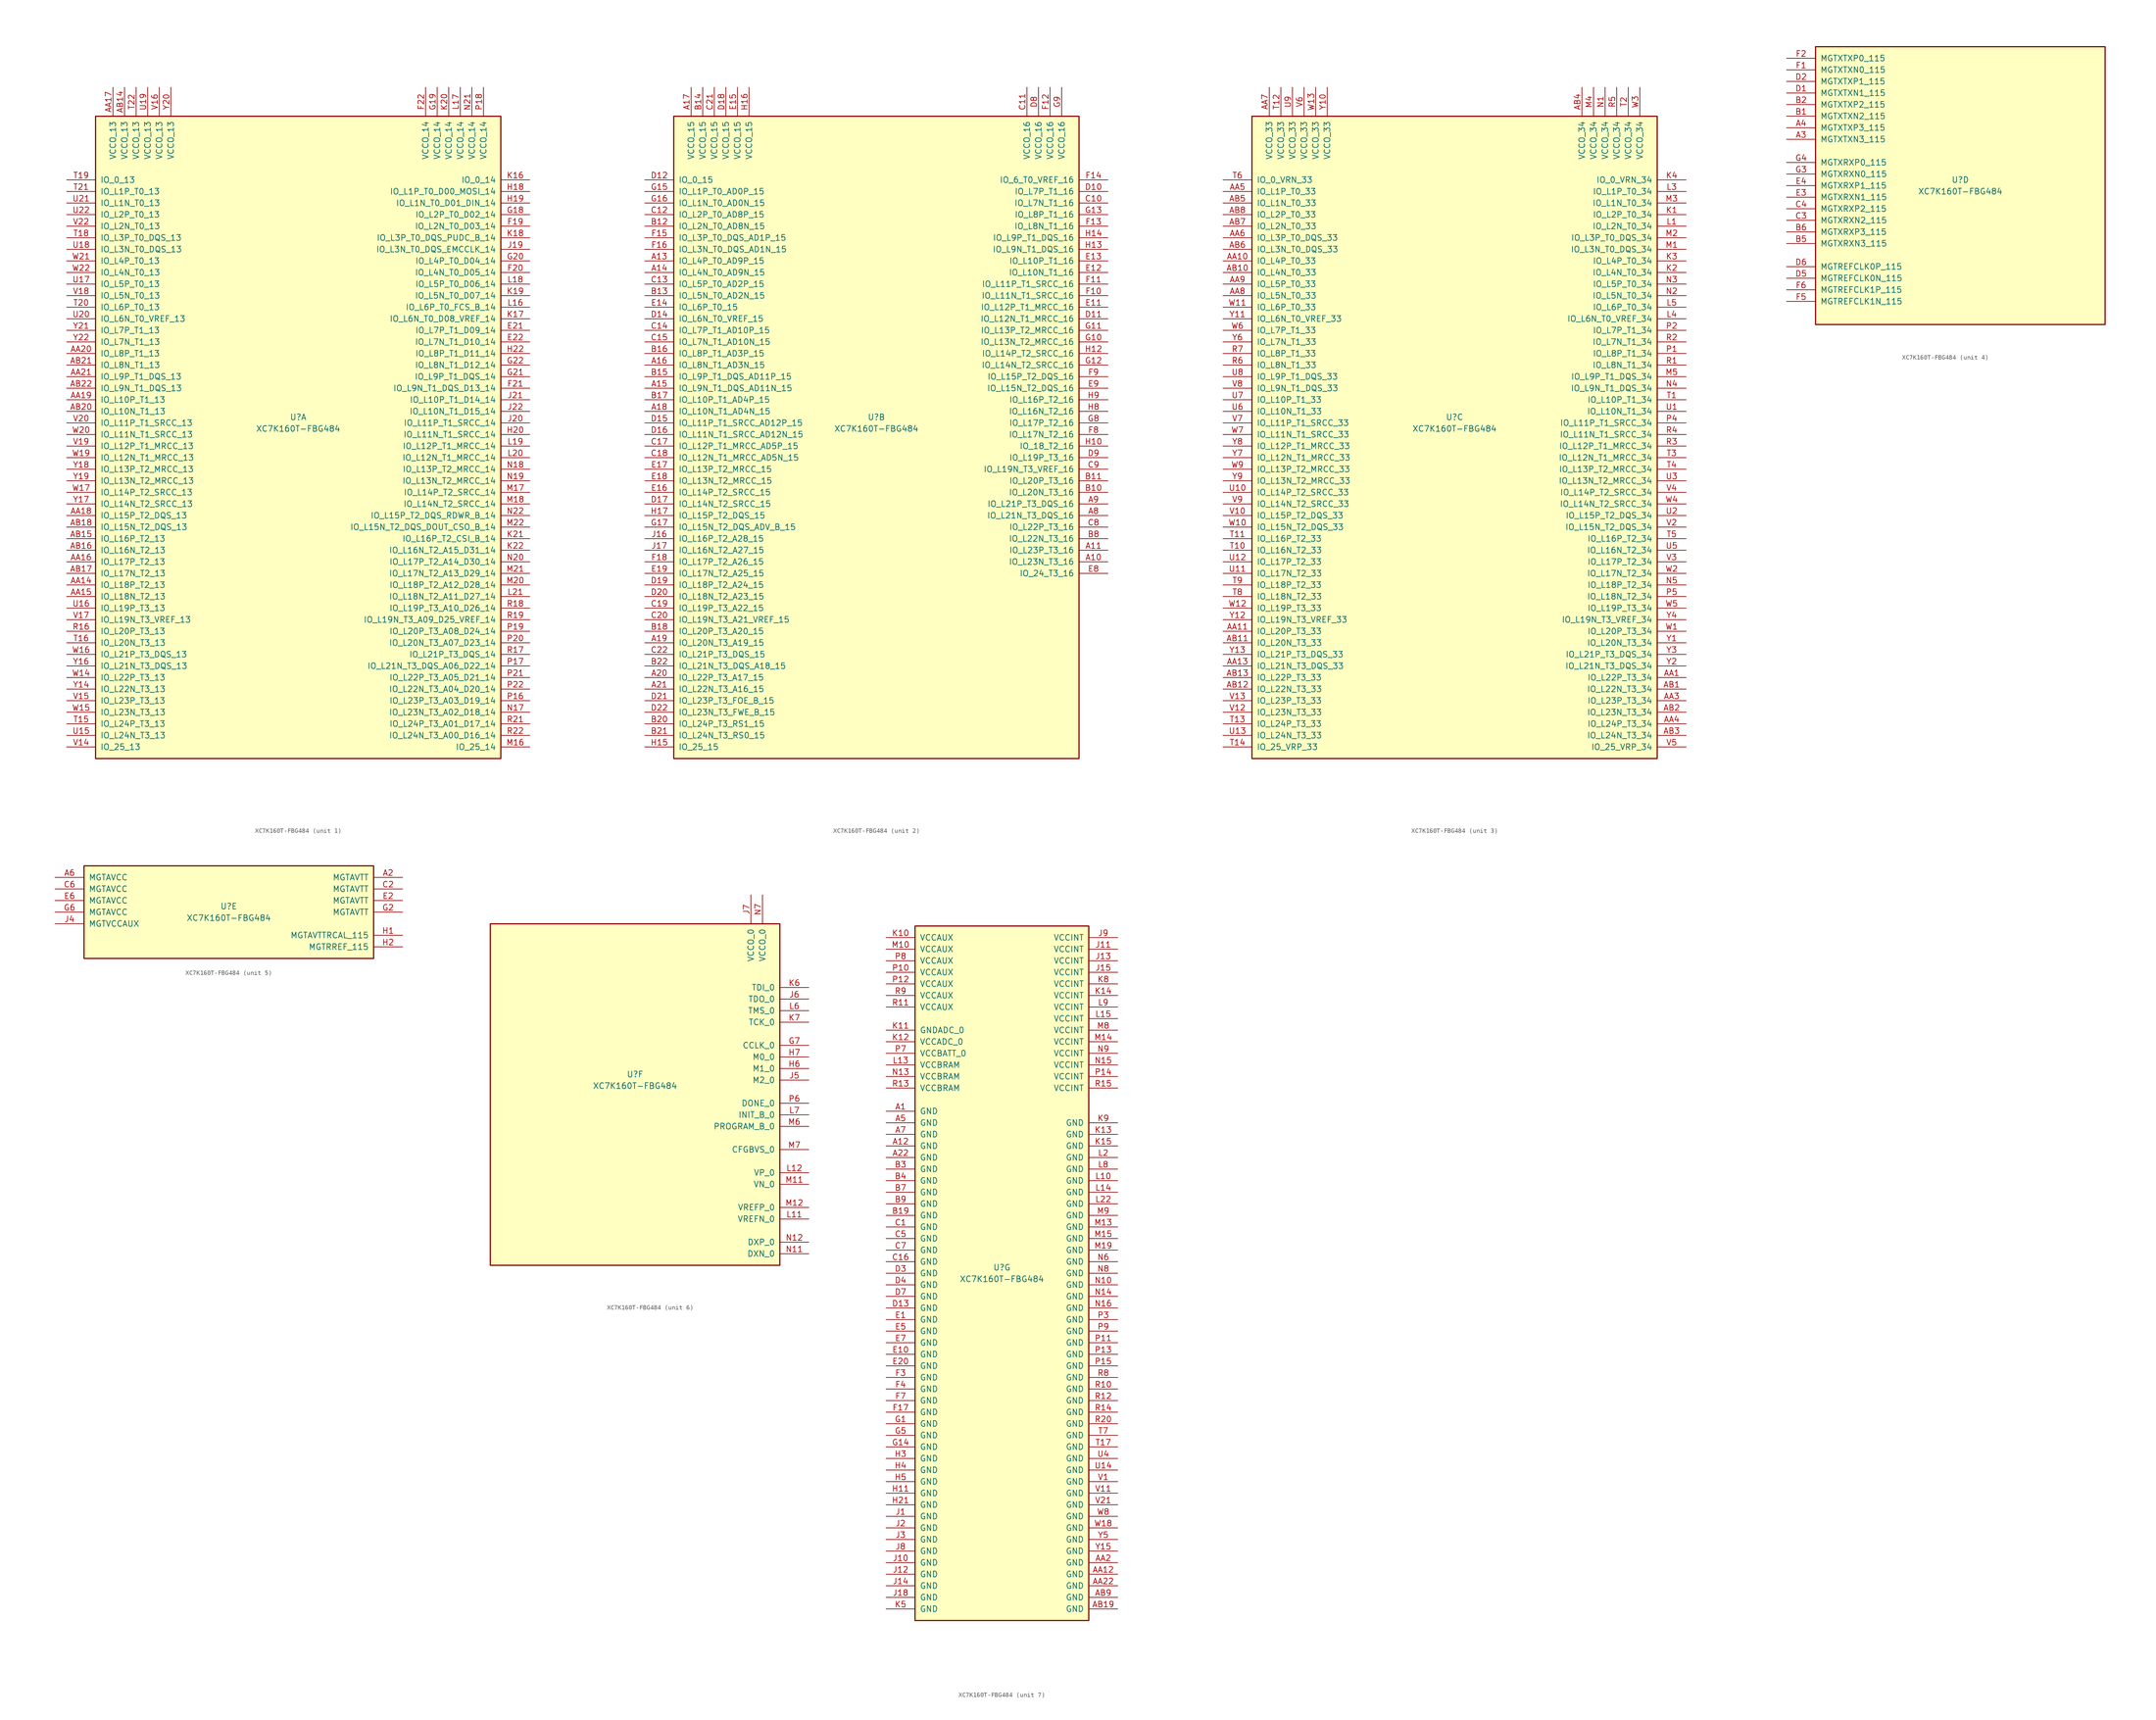
<source format=kicad_sym>
(kicad_symbol_lib
  (version 20231120)
  (generator "kicad_symbol_editor")
  (generator_version "8.0")
  (symbol "XC7K160T-FBG484"
    (pin_names
      (offset 1.016))
    (property "Reference" "U"
      (at 0 1.27 0)
      (effects (font (size 1.27 1.27))))
    (property "Value" "XC7K160T-FBG484"
      (at 0 -1.27 0)
      (effects (font (size 1.27 1.27))))
    (property "Datasheet" ""
      (at 0 0 0)
      (effects (font (size 1.27 1.27))))
    (property "ki_locked" ""
      (at 0 0 0)
      (effects (font (size 1.27 1.27))))
    (symbol "XC7K160T-FBG484_1_1"
      (rectangle (start -44.45 67.31) (end 44.45 -73.66) (stroke (width 0.254) (type default)) (fill (type background)))
      (pin bidirectional line (at -50.8 -35.56 0) (length 6.35) (name "IO_L18P_T2_13" (effects (font (size 1.27 1.27)))) (number "AA14" (effects (font (size 1.27 1.27)))))
      (pin bidirectional line (at -50.8 -38.1 0) (length 6.35) (name "IO_L18N_T2_13" (effects (font (size 1.27 1.27)))) (number "AA15" (effects (font (size 1.27 1.27)))))
      (pin bidirectional line (at -50.8 -30.48 0) (length 6.35) (name "IO_L17P_T2_13" (effects (font (size 1.27 1.27)))) (number "AA16" (effects (font (size 1.27 1.27)))))
      (pin power_in line (at -40.64 73.66 270) (length 6.35) (name "VCCO_13" (effects (font (size 1.27 1.27)))) (number "AA17" (effects (font (size 1.27 1.27)))))
      (pin bidirectional line (at -50.8 -20.32 0) (length 6.35) (name "IO_L15P_T2_DQS_13" (effects (font (size 1.27 1.27)))) (number "AA18" (effects (font (size 1.27 1.27)))))
      (pin bidirectional line (at -50.8 5.08 0) (length 6.35) (name "IO_L10P_T1_13" (effects (font (size 1.27 1.27)))) (number "AA19" (effects (font (size 1.27 1.27)))))
      (pin bidirectional line (at -50.8 15.24 0) (length 6.35) (name "IO_L8P_T1_13" (effects (font (size 1.27 1.27)))) (number "AA20" (effects (font (size 1.27 1.27)))))
      (pin bidirectional line (at -50.8 10.16 0) (length 6.35) (name "IO_L9P_T1_DQS_13" (effects (font (size 1.27 1.27)))) (number "AA21" (effects (font (size 1.27 1.27)))))
      (pin power_in line (at -38.1 73.66 270) (length 6.35) (name "VCCO_13" (effects (font (size 1.27 1.27)))) (number "AB14" (effects (font (size 1.27 1.27)))))
      (pin bidirectional line (at -50.8 -25.4 0) (length 6.35) (name "IO_L16P_T2_13" (effects (font (size 1.27 1.27)))) (number "AB15" (effects (font (size 1.27 1.27)))))
      (pin bidirectional line (at -50.8 -27.94 0) (length 6.35) (name "IO_L16N_T2_13" (effects (font (size 1.27 1.27)))) (number "AB16" (effects (font (size 1.27 1.27)))))
      (pin bidirectional line (at -50.8 -33.02 0) (length 6.35) (name "IO_L17N_T2_13" (effects (font (size 1.27 1.27)))) (number "AB17" (effects (font (size 1.27 1.27)))))
      (pin bidirectional line (at -50.8 -22.86 0) (length 6.35) (name "IO_L15N_T2_DQS_13" (effects (font (size 1.27 1.27)))) (number "AB18" (effects (font (size 1.27 1.27)))))
      (pin bidirectional line (at -50.8 2.54 0) (length 6.35) (name "IO_L10N_T1_13" (effects (font (size 1.27 1.27)))) (number "AB20" (effects (font (size 1.27 1.27)))))
      (pin bidirectional line (at -50.8 12.7 0) (length 6.35) (name "IO_L8N_T1_13" (effects (font (size 1.27 1.27)))) (number "AB21" (effects (font (size 1.27 1.27)))))
      (pin bidirectional line (at -50.8 7.62 0) (length 6.35) (name "IO_L9N_T1_DQS_13" (effects (font (size 1.27 1.27)))) (number "AB22" (effects (font (size 1.27 1.27)))))
      (pin bidirectional line (at 50.8 20.32 180) (length 6.35) (name "IO_L7P_T1_D09_14" (effects (font (size 1.27 1.27)))) (number "E21" (effects (font (size 1.27 1.27)))))
      (pin bidirectional line (at 50.8 17.78 180) (length 6.35) (name "IO_L7N_T1_D10_14" (effects (font (size 1.27 1.27)))) (number "E22" (effects (font (size 1.27 1.27)))))
      (pin bidirectional line (at 50.8 43.18 180) (length 6.35) (name "IO_L2N_T0_D03_14" (effects (font (size 1.27 1.27)))) (number "F19" (effects (font (size 1.27 1.27)))))
      (pin bidirectional line (at 50.8 33.02 180) (length 6.35) (name "IO_L4N_T0_D05_14" (effects (font (size 1.27 1.27)))) (number "F20" (effects (font (size 1.27 1.27)))))
      (pin bidirectional line (at 50.8 7.62 180) (length 6.35) (name "IO_L9N_T1_DQS_D13_14" (effects (font (size 1.27 1.27)))) (number "F21" (effects (font (size 1.27 1.27)))))
      (pin power_in line (at 27.94 73.66 270) (length 6.35) (name "VCCO_14" (effects (font (size 1.27 1.27)))) (number "F22" (effects (font (size 1.27 1.27)))))
      (pin bidirectional line (at 50.8 45.72 180) (length 6.35) (name "IO_L2P_T0_D02_14" (effects (font (size 1.27 1.27)))) (number "G18" (effects (font (size 1.27 1.27)))))
      (pin power_in line (at 30.48 73.66 270) (length 6.35) (name "VCCO_14" (effects (font (size 1.27 1.27)))) (number "G19" (effects (font (size 1.27 1.27)))))
      (pin bidirectional line (at 50.8 35.56 180) (length 6.35) (name "IO_L4P_T0_D04_14" (effects (font (size 1.27 1.27)))) (number "G20" (effects (font (size 1.27 1.27)))))
      (pin bidirectional line (at 50.8 10.16 180) (length 6.35) (name "IO_L9P_T1_DQS_14" (effects (font (size 1.27 1.27)))) (number "G21" (effects (font (size 1.27 1.27)))))
      (pin bidirectional line (at 50.8 12.7 180) (length 6.35) (name "IO_L8N_T1_D12_14" (effects (font (size 1.27 1.27)))) (number "G22" (effects (font (size 1.27 1.27)))))
      (pin bidirectional line (at 50.8 50.8 180) (length 6.35) (name "IO_L1P_T0_D00_MOSI_14" (effects (font (size 1.27 1.27)))) (number "H18" (effects (font (size 1.27 1.27)))))
      (pin bidirectional line (at 50.8 48.26 180) (length 6.35) (name "IO_L1N_T0_D01_DIN_14" (effects (font (size 1.27 1.27)))) (number "H19" (effects (font (size 1.27 1.27)))))
      (pin bidirectional line (at 50.8 -2.54 180) (length 6.35) (name "IO_L11N_T1_SRCC_14" (effects (font (size 1.27 1.27)))) (number "H20" (effects (font (size 1.27 1.27)))))
      (pin bidirectional line (at 50.8 15.24 180) (length 6.35) (name "IO_L8P_T1_D11_14" (effects (font (size 1.27 1.27)))) (number "H22" (effects (font (size 1.27 1.27)))))
      (pin bidirectional line (at 50.8 38.1 180) (length 6.35) (name "IO_L3N_T0_DQS_EMCCLK_14" (effects (font (size 1.27 1.27)))) (number "J19" (effects (font (size 1.27 1.27)))))
      (pin bidirectional line (at 50.8 0 180) (length 6.35) (name "IO_L11P_T1_SRCC_14" (effects (font (size 1.27 1.27)))) (number "J20" (effects (font (size 1.27 1.27)))))
      (pin bidirectional line (at 50.8 5.08 180) (length 6.35) (name "IO_L10P_T1_D14_14" (effects (font (size 1.27 1.27)))) (number "J21" (effects (font (size 1.27 1.27)))))
      (pin bidirectional line (at 50.8 2.54 180) (length 6.35) (name "IO_L10N_T1_D15_14" (effects (font (size 1.27 1.27)))) (number "J22" (effects (font (size 1.27 1.27)))))
      (pin bidirectional line (at 50.8 53.34 180) (length 6.35) (name "IO_0_14" (effects (font (size 1.27 1.27)))) (number "K16" (effects (font (size 1.27 1.27)))))
      (pin bidirectional line (at 50.8 22.86 180) (length 6.35) (name "IO_L6N_T0_D08_VREF_14" (effects (font (size 1.27 1.27)))) (number "K17" (effects (font (size 1.27 1.27)))))
      (pin bidirectional line (at 50.8 40.64 180) (length 6.35) (name "IO_L3P_T0_DQS_PUDC_B_14" (effects (font (size 1.27 1.27)))) (number "K18" (effects (font (size 1.27 1.27)))))
      (pin bidirectional line (at 50.8 27.94 180) (length 6.35) (name "IO_L5N_T0_D07_14" (effects (font (size 1.27 1.27)))) (number "K19" (effects (font (size 1.27 1.27)))))
      (pin power_in line (at 33.02 73.66 270) (length 6.35) (name "VCCO_14" (effects (font (size 1.27 1.27)))) (number "K20" (effects (font (size 1.27 1.27)))))
      (pin bidirectional line (at 50.8 -25.4 180) (length 6.35) (name "IO_L16P_T2_CSI_B_14" (effects (font (size 1.27 1.27)))) (number "K21" (effects (font (size 1.27 1.27)))))
      (pin bidirectional line (at 50.8 -27.94 180) (length 6.35) (name "IO_L16N_T2_A15_D31_14" (effects (font (size 1.27 1.27)))) (number "K22" (effects (font (size 1.27 1.27)))))
      (pin bidirectional line (at 50.8 25.4 180) (length 6.35) (name "IO_L6P_T0_FCS_B_14" (effects (font (size 1.27 1.27)))) (number "L16" (effects (font (size 1.27 1.27)))))
      (pin power_in line (at 35.56 73.66 270) (length 6.35) (name "VCCO_14" (effects (font (size 1.27 1.27)))) (number "L17" (effects (font (size 1.27 1.27)))))
      (pin bidirectional line (at 50.8 30.48 180) (length 6.35) (name "IO_L5P_T0_D06_14" (effects (font (size 1.27 1.27)))) (number "L18" (effects (font (size 1.27 1.27)))))
      (pin bidirectional line (at 50.8 -5.08 180) (length 6.35) (name "IO_L12P_T1_MRCC_14" (effects (font (size 1.27 1.27)))) (number "L19" (effects (font (size 1.27 1.27)))))
      (pin bidirectional line (at 50.8 -7.62 180) (length 6.35) (name "IO_L12N_T1_MRCC_14" (effects (font (size 1.27 1.27)))) (number "L20" (effects (font (size 1.27 1.27)))))
      (pin bidirectional line (at 50.8 -38.1 180) (length 6.35) (name "IO_L18N_T2_A11_D27_14" (effects (font (size 1.27 1.27)))) (number "L21" (effects (font (size 1.27 1.27)))))
      (pin bidirectional line (at 50.8 -71.12 180) (length 6.35) (name "IO_25_14" (effects (font (size 1.27 1.27)))) (number "M16" (effects (font (size 1.27 1.27)))))
      (pin bidirectional line (at 50.8 -15.24 180) (length 6.35) (name "IO_L14P_T2_SRCC_14" (effects (font (size 1.27 1.27)))) (number "M17" (effects (font (size 1.27 1.27)))))
      (pin bidirectional line (at 50.8 -17.78 180) (length 6.35) (name "IO_L14N_T2_SRCC_14" (effects (font (size 1.27 1.27)))) (number "M18" (effects (font (size 1.27 1.27)))))
      (pin bidirectional line (at 50.8 -35.56 180) (length 6.35) (name "IO_L18P_T2_A12_D28_14" (effects (font (size 1.27 1.27)))) (number "M20" (effects (font (size 1.27 1.27)))))
      (pin bidirectional line (at 50.8 -33.02 180) (length 6.35) (name "IO_L17N_T2_A13_D29_14" (effects (font (size 1.27 1.27)))) (number "M21" (effects (font (size 1.27 1.27)))))
      (pin bidirectional line (at 50.8 -22.86 180) (length 6.35) (name "IO_L15N_T2_DQS_DOUT_CSO_B_14" (effects (font (size 1.27 1.27)))) (number "M22" (effects (font (size 1.27 1.27)))))
      (pin bidirectional line (at 50.8 -63.5 180) (length 6.35) (name "IO_L23N_T3_A02_D18_14" (effects (font (size 1.27 1.27)))) (number "N17" (effects (font (size 1.27 1.27)))))
      (pin bidirectional line (at 50.8 -10.16 180) (length 6.35) (name "IO_L13P_T2_MRCC_14" (effects (font (size 1.27 1.27)))) (number "N18" (effects (font (size 1.27 1.27)))))
      (pin bidirectional line (at 50.8 -12.7 180) (length 6.35) (name "IO_L13N_T2_MRCC_14" (effects (font (size 1.27 1.27)))) (number "N19" (effects (font (size 1.27 1.27)))))
      (pin bidirectional line (at 50.8 -30.48 180) (length 6.35) (name "IO_L17P_T2_A14_D30_14" (effects (font (size 1.27 1.27)))) (number "N20" (effects (font (size 1.27 1.27)))))
      (pin power_in line (at 38.1 73.66 270) (length 6.35) (name "VCCO_14" (effects (font (size 1.27 1.27)))) (number "N21" (effects (font (size 1.27 1.27)))))
      (pin bidirectional line (at 50.8 -20.32 180) (length 6.35) (name "IO_L15P_T2_DQS_RDWR_B_14" (effects (font (size 1.27 1.27)))) (number "N22" (effects (font (size 1.27 1.27)))))
      (pin bidirectional line (at 50.8 -60.96 180) (length 6.35) (name "IO_L23P_T3_A03_D19_14" (effects (font (size 1.27 1.27)))) (number "P16" (effects (font (size 1.27 1.27)))))
      (pin bidirectional line (at 50.8 -53.34 180) (length 6.35) (name "IO_L21N_T3_DQS_A06_D22_14" (effects (font (size 1.27 1.27)))) (number "P17" (effects (font (size 1.27 1.27)))))
      (pin power_in line (at 40.64 73.66 270) (length 6.35) (name "VCCO_14" (effects (font (size 1.27 1.27)))) (number "P18" (effects (font (size 1.27 1.27)))))
      (pin bidirectional line (at 50.8 -45.72 180) (length 6.35) (name "IO_L20P_T3_A08_D24_14" (effects (font (size 1.27 1.27)))) (number "P19" (effects (font (size 1.27 1.27)))))
      (pin bidirectional line (at 50.8 -48.26 180) (length 6.35) (name "IO_L20N_T3_A07_D23_14" (effects (font (size 1.27 1.27)))) (number "P20" (effects (font (size 1.27 1.27)))))
      (pin bidirectional line (at 50.8 -55.88 180) (length 6.35) (name "IO_L22P_T3_A05_D21_14" (effects (font (size 1.27 1.27)))) (number "P21" (effects (font (size 1.27 1.27)))))
      (pin bidirectional line (at 50.8 -58.42 180) (length 6.35) (name "IO_L22N_T3_A04_D20_14" (effects (font (size 1.27 1.27)))) (number "P22" (effects (font (size 1.27 1.27)))))
      (pin bidirectional line (at -50.8 -45.72 0) (length 6.35) (name "IO_L20P_T3_13" (effects (font (size 1.27 1.27)))) (number "R16" (effects (font (size 1.27 1.27)))))
      (pin bidirectional line (at 50.8 -50.8 180) (length 6.35) (name "IO_L21P_T3_DQS_14" (effects (font (size 1.27 1.27)))) (number "R17" (effects (font (size 1.27 1.27)))))
      (pin bidirectional line (at 50.8 -40.64 180) (length 6.35) (name "IO_L19P_T3_A10_D26_14" (effects (font (size 1.27 1.27)))) (number "R18" (effects (font (size 1.27 1.27)))))
      (pin bidirectional line (at 50.8 -43.18 180) (length 6.35) (name "IO_L19N_T3_A09_D25_VREF_14" (effects (font (size 1.27 1.27)))) (number "R19" (effects (font (size 1.27 1.27)))))
      (pin bidirectional line (at 50.8 -66.04 180) (length 6.35) (name "IO_L24P_T3_A01_D17_14" (effects (font (size 1.27 1.27)))) (number "R21" (effects (font (size 1.27 1.27)))))
      (pin bidirectional line (at 50.8 -68.58 180) (length 6.35) (name "IO_L24N_T3_A00_D16_14" (effects (font (size 1.27 1.27)))) (number "R22" (effects (font (size 1.27 1.27)))))
      (pin bidirectional line (at -50.8 -66.04 0) (length 6.35) (name "IO_L24P_T3_13" (effects (font (size 1.27 1.27)))) (number "T15" (effects (font (size 1.27 1.27)))))
      (pin bidirectional line (at -50.8 -48.26 0) (length 6.35) (name "IO_L20N_T3_13" (effects (font (size 1.27 1.27)))) (number "T16" (effects (font (size 1.27 1.27)))))
      (pin bidirectional line (at -50.8 40.64 0) (length 6.35) (name "IO_L3P_T0_DQS_13" (effects (font (size 1.27 1.27)))) (number "T18" (effects (font (size 1.27 1.27)))))
      (pin bidirectional line (at -50.8 53.34 0) (length 6.35) (name "IO_0_13" (effects (font (size 1.27 1.27)))) (number "T19" (effects (font (size 1.27 1.27)))))
      (pin bidirectional line (at -50.8 25.4 0) (length 6.35) (name "IO_L6P_T0_13" (effects (font (size 1.27 1.27)))) (number "T20" (effects (font (size 1.27 1.27)))))
      (pin bidirectional line (at -50.8 50.8 0) (length 6.35) (name "IO_L1P_T0_13" (effects (font (size 1.27 1.27)))) (number "T21" (effects (font (size 1.27 1.27)))))
      (pin power_in line (at -35.56 73.66 270) (length 6.35) (name "VCCO_13" (effects (font (size 1.27 1.27)))) (number "T22" (effects (font (size 1.27 1.27)))))
      (pin bidirectional line (at -50.8 -68.58 0) (length 6.35) (name "IO_L24N_T3_13" (effects (font (size 1.27 1.27)))) (number "U15" (effects (font (size 1.27 1.27)))))
      (pin bidirectional line (at -50.8 -40.64 0) (length 6.35) (name "IO_L19P_T3_13" (effects (font (size 1.27 1.27)))) (number "U16" (effects (font (size 1.27 1.27)))))
      (pin bidirectional line (at -50.8 30.48 0) (length 6.35) (name "IO_L5P_T0_13" (effects (font (size 1.27 1.27)))) (number "U17" (effects (font (size 1.27 1.27)))))
      (pin bidirectional line (at -50.8 38.1 0) (length 6.35) (name "IO_L3N_T0_DQS_13" (effects (font (size 1.27 1.27)))) (number "U18" (effects (font (size 1.27 1.27)))))
      (pin power_in line (at -33.02 73.66 270) (length 6.35) (name "VCCO_13" (effects (font (size 1.27 1.27)))) (number "U19" (effects (font (size 1.27 1.27)))))
      (pin bidirectional line (at -50.8 22.86 0) (length 6.35) (name "IO_L6N_T0_VREF_13" (effects (font (size 1.27 1.27)))) (number "U20" (effects (font (size 1.27 1.27)))))
      (pin bidirectional line (at -50.8 48.26 0) (length 6.35) (name "IO_L1N_T0_13" (effects (font (size 1.27 1.27)))) (number "U21" (effects (font (size 1.27 1.27)))))
      (pin bidirectional line (at -50.8 45.72 0) (length 6.35) (name "IO_L2P_T0_13" (effects (font (size 1.27 1.27)))) (number "U22" (effects (font (size 1.27 1.27)))))
      (pin bidirectional line (at -50.8 -71.12 0) (length 6.35) (name "IO_25_13" (effects (font (size 1.27 1.27)))) (number "V14" (effects (font (size 1.27 1.27)))))
      (pin bidirectional line (at -50.8 -60.96 0) (length 6.35) (name "IO_L23P_T3_13" (effects (font (size 1.27 1.27)))) (number "V15" (effects (font (size 1.27 1.27)))))
      (pin power_in line (at -30.48 73.66 270) (length 6.35) (name "VCCO_13" (effects (font (size 1.27 1.27)))) (number "V16" (effects (font (size 1.27 1.27)))))
      (pin bidirectional line (at -50.8 -43.18 0) (length 6.35) (name "IO_L19N_T3_VREF_13" (effects (font (size 1.27 1.27)))) (number "V17" (effects (font (size 1.27 1.27)))))
      (pin bidirectional line (at -50.8 27.94 0) (length 6.35) (name "IO_L5N_T0_13" (effects (font (size 1.27 1.27)))) (number "V18" (effects (font (size 1.27 1.27)))))
      (pin bidirectional line (at -50.8 -5.08 0) (length 6.35) (name "IO_L12P_T1_MRCC_13" (effects (font (size 1.27 1.27)))) (number "V19" (effects (font (size 1.27 1.27)))))
      (pin bidirectional line (at -50.8 0 0) (length 6.35) (name "IO_L11P_T1_SRCC_13" (effects (font (size 1.27 1.27)))) (number "V20" (effects (font (size 1.27 1.27)))))
      (pin bidirectional line (at -50.8 43.18 0) (length 6.35) (name "IO_L2N_T0_13" (effects (font (size 1.27 1.27)))) (number "V22" (effects (font (size 1.27 1.27)))))
      (pin bidirectional line (at -50.8 -55.88 0) (length 6.35) (name "IO_L22P_T3_13" (effects (font (size 1.27 1.27)))) (number "W14" (effects (font (size 1.27 1.27)))))
      (pin bidirectional line (at -50.8 -63.5 0) (length 6.35) (name "IO_L23N_T3_13" (effects (font (size 1.27 1.27)))) (number "W15" (effects (font (size 1.27 1.27)))))
      (pin bidirectional line (at -50.8 -50.8 0) (length 6.35) (name "IO_L21P_T3_DQS_13" (effects (font (size 1.27 1.27)))) (number "W16" (effects (font (size 1.27 1.27)))))
      (pin bidirectional line (at -50.8 -15.24 0) (length 6.35) (name "IO_L14P_T2_SRCC_13" (effects (font (size 1.27 1.27)))) (number "W17" (effects (font (size 1.27 1.27)))))
      (pin bidirectional line (at -50.8 -7.62 0) (length 6.35) (name "IO_L12N_T1_MRCC_13" (effects (font (size 1.27 1.27)))) (number "W19" (effects (font (size 1.27 1.27)))))
      (pin bidirectional line (at -50.8 -2.54 0) (length 6.35) (name "IO_L11N_T1_SRCC_13" (effects (font (size 1.27 1.27)))) (number "W20" (effects (font (size 1.27 1.27)))))
      (pin bidirectional line (at -50.8 35.56 0) (length 6.35) (name "IO_L4P_T0_13" (effects (font (size 1.27 1.27)))) (number "W21" (effects (font (size 1.27 1.27)))))
      (pin bidirectional line (at -50.8 33.02 0) (length 6.35) (name "IO_L4N_T0_13" (effects (font (size 1.27 1.27)))) (number "W22" (effects (font (size 1.27 1.27)))))
      (pin bidirectional line (at -50.8 -58.42 0) (length 6.35) (name "IO_L22N_T3_13" (effects (font (size 1.27 1.27)))) (number "Y14" (effects (font (size 1.27 1.27)))))
      (pin bidirectional line (at -50.8 -53.34 0) (length 6.35) (name "IO_L21N_T3_DQS_13" (effects (font (size 1.27 1.27)))) (number "Y16" (effects (font (size 1.27 1.27)))))
      (pin bidirectional line (at -50.8 -17.78 0) (length 6.35) (name "IO_L14N_T2_SRCC_13" (effects (font (size 1.27 1.27)))) (number "Y17" (effects (font (size 1.27 1.27)))))
      (pin bidirectional line (at -50.8 -10.16 0) (length 6.35) (name "IO_L13P_T2_MRCC_13" (effects (font (size 1.27 1.27)))) (number "Y18" (effects (font (size 1.27 1.27)))))
      (pin bidirectional line (at -50.8 -12.7 0) (length 6.35) (name "IO_L13N_T2_MRCC_13" (effects (font (size 1.27 1.27)))) (number "Y19" (effects (font (size 1.27 1.27)))))
      (pin power_in line (at -27.94 73.66 270) (length 6.35) (name "VCCO_13" (effects (font (size 1.27 1.27)))) (number "Y20" (effects (font (size 1.27 1.27)))))
      (pin bidirectional line (at -50.8 20.32 0) (length 6.35) (name "IO_L7P_T1_13" (effects (font (size 1.27 1.27)))) (number "Y21" (effects (font (size 1.27 1.27)))))
      (pin bidirectional line (at -50.8 17.78 0) (length 6.35) (name "IO_L7N_T1_13" (effects (font (size 1.27 1.27)))) (number "Y22" (effects (font (size 1.27 1.27))))))
    (symbol "XC7K160T-FBG484_2_1"
      (rectangle (start -44.45 67.31) (end 44.45 -73.66) (stroke (width 0.254) (type default)) (fill (type background)))
      (pin bidirectional line (at 50.8 -30.48 180) (length 6.35) (name "IO_L23N_T3_16" (effects (font (size 1.27 1.27)))) (number "A10" (effects (font (size 1.27 1.27)))))
      (pin bidirectional line (at 50.8 -27.94 180) (length 6.35) (name "IO_L23P_T3_16" (effects (font (size 1.27 1.27)))) (number "A11" (effects (font (size 1.27 1.27)))))
      (pin bidirectional line (at -50.8 35.56 0) (length 6.35) (name "IO_L4P_T0_AD9P_15" (effects (font (size 1.27 1.27)))) (number "A13" (effects (font (size 1.27 1.27)))))
      (pin bidirectional line (at -50.8 33.02 0) (length 6.35) (name "IO_L4N_T0_AD9N_15" (effects (font (size 1.27 1.27)))) (number "A14" (effects (font (size 1.27 1.27)))))
      (pin bidirectional line (at -50.8 7.62 0) (length 6.35) (name "IO_L9N_T1_DQS_AD11N_15" (effects (font (size 1.27 1.27)))) (number "A15" (effects (font (size 1.27 1.27)))))
      (pin bidirectional line (at -50.8 12.7 0) (length 6.35) (name "IO_L8N_T1_AD3N_15" (effects (font (size 1.27 1.27)))) (number "A16" (effects (font (size 1.27 1.27)))))
      (pin power_in line (at -40.64 73.66 270) (length 6.35) (name "VCCO_15" (effects (font (size 1.27 1.27)))) (number "A17" (effects (font (size 1.27 1.27)))))
      (pin bidirectional line (at -50.8 2.54 0) (length 6.35) (name "IO_L10N_T1_AD4N_15" (effects (font (size 1.27 1.27)))) (number "A18" (effects (font (size 1.27 1.27)))))
      (pin bidirectional line (at -50.8 -48.26 0) (length 6.35) (name "IO_L20N_T3_A19_15" (effects (font (size 1.27 1.27)))) (number "A19" (effects (font (size 1.27 1.27)))))
      (pin bidirectional line (at -50.8 -55.88 0) (length 6.35) (name "IO_L22P_T3_A17_15" (effects (font (size 1.27 1.27)))) (number "A20" (effects (font (size 1.27 1.27)))))
      (pin bidirectional line (at -50.8 -58.42 0) (length 6.35) (name "IO_L22N_T3_A16_15" (effects (font (size 1.27 1.27)))) (number "A21" (effects (font (size 1.27 1.27)))))
      (pin bidirectional line (at 50.8 -20.32 180) (length 6.35) (name "IO_L21N_T3_DQS_16" (effects (font (size 1.27 1.27)))) (number "A8" (effects (font (size 1.27 1.27)))))
      (pin bidirectional line (at 50.8 -17.78 180) (length 6.35) (name "IO_L21P_T3_DQS_16" (effects (font (size 1.27 1.27)))) (number "A9" (effects (font (size 1.27 1.27)))))
      (pin bidirectional line (at 50.8 -15.24 180) (length 6.35) (name "IO_L20N_T3_16" (effects (font (size 1.27 1.27)))) (number "B10" (effects (font (size 1.27 1.27)))))
      (pin bidirectional line (at 50.8 -12.7 180) (length 6.35) (name "IO_L20P_T3_16" (effects (font (size 1.27 1.27)))) (number "B11" (effects (font (size 1.27 1.27)))))
      (pin bidirectional line (at -50.8 43.18 0) (length 6.35) (name "IO_L2N_T0_AD8N_15" (effects (font (size 1.27 1.27)))) (number "B12" (effects (font (size 1.27 1.27)))))
      (pin bidirectional line (at -50.8 27.94 0) (length 6.35) (name "IO_L5N_T0_AD2N_15" (effects (font (size 1.27 1.27)))) (number "B13" (effects (font (size 1.27 1.27)))))
      (pin power_in line (at -38.1 73.66 270) (length 6.35) (name "VCCO_15" (effects (font (size 1.27 1.27)))) (number "B14" (effects (font (size 1.27 1.27)))))
      (pin bidirectional line (at -50.8 10.16 0) (length 6.35) (name "IO_L9P_T1_DQS_AD11P_15" (effects (font (size 1.27 1.27)))) (number "B15" (effects (font (size 1.27 1.27)))))
      (pin bidirectional line (at -50.8 15.24 0) (length 6.35) (name "IO_L8P_T1_AD3P_15" (effects (font (size 1.27 1.27)))) (number "B16" (effects (font (size 1.27 1.27)))))
      (pin bidirectional line (at -50.8 5.08 0) (length 6.35) (name "IO_L10P_T1_AD4P_15" (effects (font (size 1.27 1.27)))) (number "B17" (effects (font (size 1.27 1.27)))))
      (pin bidirectional line (at -50.8 -45.72 0) (length 6.35) (name "IO_L20P_T3_A20_15" (effects (font (size 1.27 1.27)))) (number "B18" (effects (font (size 1.27 1.27)))))
      (pin bidirectional line (at -50.8 -66.04 0) (length 6.35) (name "IO_L24P_T3_RS1_15" (effects (font (size 1.27 1.27)))) (number "B20" (effects (font (size 1.27 1.27)))))
      (pin bidirectional line (at -50.8 -68.58 0) (length 6.35) (name "IO_L24N_T3_RS0_15" (effects (font (size 1.27 1.27)))) (number "B21" (effects (font (size 1.27 1.27)))))
      (pin bidirectional line (at -50.8 -53.34 0) (length 6.35) (name "IO_L21N_T3_DQS_A18_15" (effects (font (size 1.27 1.27)))) (number "B22" (effects (font (size 1.27 1.27)))))
      (pin bidirectional line (at 50.8 -25.4 180) (length 6.35) (name "IO_L22N_T3_16" (effects (font (size 1.27 1.27)))) (number "B8" (effects (font (size 1.27 1.27)))))
      (pin bidirectional line (at 50.8 48.26 180) (length 6.35) (name "IO_L7N_T1_16" (effects (font (size 1.27 1.27)))) (number "C10" (effects (font (size 1.27 1.27)))))
      (pin power_in line (at 33.02 73.66 270) (length 6.35) (name "VCCO_16" (effects (font (size 1.27 1.27)))) (number "C11" (effects (font (size 1.27 1.27)))))
      (pin bidirectional line (at -50.8 45.72 0) (length 6.35) (name "IO_L2P_T0_AD8P_15" (effects (font (size 1.27 1.27)))) (number "C12" (effects (font (size 1.27 1.27)))))
      (pin bidirectional line (at -50.8 30.48 0) (length 6.35) (name "IO_L5P_T0_AD2P_15" (effects (font (size 1.27 1.27)))) (number "C13" (effects (font (size 1.27 1.27)))))
      (pin bidirectional line (at -50.8 20.32 0) (length 6.35) (name "IO_L7P_T1_AD10P_15" (effects (font (size 1.27 1.27)))) (number "C14" (effects (font (size 1.27 1.27)))))
      (pin bidirectional line (at -50.8 17.78 0) (length 6.35) (name "IO_L7N_T1_AD10N_15" (effects (font (size 1.27 1.27)))) (number "C15" (effects (font (size 1.27 1.27)))))
      (pin bidirectional line (at -50.8 -5.08 0) (length 6.35) (name "IO_L12P_T1_MRCC_AD5P_15" (effects (font (size 1.27 1.27)))) (number "C17" (effects (font (size 1.27 1.27)))))
      (pin bidirectional line (at -50.8 -7.62 0) (length 6.35) (name "IO_L12N_T1_MRCC_AD5N_15" (effects (font (size 1.27 1.27)))) (number "C18" (effects (font (size 1.27 1.27)))))
      (pin bidirectional line (at -50.8 -40.64 0) (length 6.35) (name "IO_L19P_T3_A22_15" (effects (font (size 1.27 1.27)))) (number "C19" (effects (font (size 1.27 1.27)))))
      (pin bidirectional line (at -50.8 -43.18 0) (length 6.35) (name "IO_L19N_T3_A21_VREF_15" (effects (font (size 1.27 1.27)))) (number "C20" (effects (font (size 1.27 1.27)))))
      (pin power_in line (at -35.56 73.66 270) (length 6.35) (name "VCCO_15" (effects (font (size 1.27 1.27)))) (number "C21" (effects (font (size 1.27 1.27)))))
      (pin bidirectional line (at -50.8 -50.8 0) (length 6.35) (name "IO_L21P_T3_DQS_15" (effects (font (size 1.27 1.27)))) (number "C22" (effects (font (size 1.27 1.27)))))
      (pin bidirectional line (at 50.8 -22.86 180) (length 6.35) (name "IO_L22P_T3_16" (effects (font (size 1.27 1.27)))) (number "C8" (effects (font (size 1.27 1.27)))))
      (pin bidirectional line (at 50.8 -10.16 180) (length 6.35) (name "IO_L19N_T3_VREF_16" (effects (font (size 1.27 1.27)))) (number "C9" (effects (font (size 1.27 1.27)))))
      (pin bidirectional line (at 50.8 50.8 180) (length 6.35) (name "IO_L7P_T1_16" (effects (font (size 1.27 1.27)))) (number "D10" (effects (font (size 1.27 1.27)))))
      (pin bidirectional line (at 50.8 22.86 180) (length 6.35) (name "IO_L12N_T1_MRCC_16" (effects (font (size 1.27 1.27)))) (number "D11" (effects (font (size 1.27 1.27)))))
      (pin bidirectional line (at -50.8 53.34 0) (length 6.35) (name "IO_0_15" (effects (font (size 1.27 1.27)))) (number "D12" (effects (font (size 1.27 1.27)))))
      (pin bidirectional line (at -50.8 22.86 0) (length 6.35) (name "IO_L6N_T0_VREF_15" (effects (font (size 1.27 1.27)))) (number "D14" (effects (font (size 1.27 1.27)))))
      (pin bidirectional line (at -50.8 0 0) (length 6.35) (name "IO_L11P_T1_SRCC_AD12P_15" (effects (font (size 1.27 1.27)))) (number "D15" (effects (font (size 1.27 1.27)))))
      (pin bidirectional line (at -50.8 -2.54 0) (length 6.35) (name "IO_L11N_T1_SRCC_AD12N_15" (effects (font (size 1.27 1.27)))) (number "D16" (effects (font (size 1.27 1.27)))))
      (pin bidirectional line (at -50.8 -17.78 0) (length 6.35) (name "IO_L14N_T2_SRCC_15" (effects (font (size 1.27 1.27)))) (number "D17" (effects (font (size 1.27 1.27)))))
      (pin power_in line (at -33.02 73.66 270) (length 6.35) (name "VCCO_15" (effects (font (size 1.27 1.27)))) (number "D18" (effects (font (size 1.27 1.27)))))
      (pin bidirectional line (at -50.8 -35.56 0) (length 6.35) (name "IO_L18P_T2_A24_15" (effects (font (size 1.27 1.27)))) (number "D19" (effects (font (size 1.27 1.27)))))
      (pin bidirectional line (at -50.8 -38.1 0) (length 6.35) (name "IO_L18N_T2_A23_15" (effects (font (size 1.27 1.27)))) (number "D20" (effects (font (size 1.27 1.27)))))
      (pin bidirectional line (at -50.8 -60.96 0) (length 6.35) (name "IO_L23P_T3_FOE_B_15" (effects (font (size 1.27 1.27)))) (number "D21" (effects (font (size 1.27 1.27)))))
      (pin bidirectional line (at -50.8 -63.5 0) (length 6.35) (name "IO_L23N_T3_FWE_B_15" (effects (font (size 1.27 1.27)))) (number "D22" (effects (font (size 1.27 1.27)))))
      (pin power_in line (at 35.56 73.66 270) (length 6.35) (name "VCCO_16" (effects (font (size 1.27 1.27)))) (number "D8" (effects (font (size 1.27 1.27)))))
      (pin bidirectional line (at 50.8 -7.62 180) (length 6.35) (name "IO_L19P_T3_16" (effects (font (size 1.27 1.27)))) (number "D9" (effects (font (size 1.27 1.27)))))
      (pin bidirectional line (at 50.8 25.4 180) (length 6.35) (name "IO_L12P_T1_MRCC_16" (effects (font (size 1.27 1.27)))) (number "E11" (effects (font (size 1.27 1.27)))))
      (pin bidirectional line (at 50.8 33.02 180) (length 6.35) (name "IO_L10N_T1_16" (effects (font (size 1.27 1.27)))) (number "E12" (effects (font (size 1.27 1.27)))))
      (pin bidirectional line (at 50.8 35.56 180) (length 6.35) (name "IO_L10P_T1_16" (effects (font (size 1.27 1.27)))) (number "E13" (effects (font (size 1.27 1.27)))))
      (pin bidirectional line (at -50.8 25.4 0) (length 6.35) (name "IO_L6P_T0_15" (effects (font (size 1.27 1.27)))) (number "E14" (effects (font (size 1.27 1.27)))))
      (pin power_in line (at -30.48 73.66 270) (length 6.35) (name "VCCO_15" (effects (font (size 1.27 1.27)))) (number "E15" (effects (font (size 1.27 1.27)))))
      (pin bidirectional line (at -50.8 -15.24 0) (length 6.35) (name "IO_L14P_T2_SRCC_15" (effects (font (size 1.27 1.27)))) (number "E16" (effects (font (size 1.27 1.27)))))
      (pin bidirectional line (at -50.8 -10.16 0) (length 6.35) (name "IO_L13P_T2_MRCC_15" (effects (font (size 1.27 1.27)))) (number "E17" (effects (font (size 1.27 1.27)))))
      (pin bidirectional line (at -50.8 -12.7 0) (length 6.35) (name "IO_L13N_T2_MRCC_15" (effects (font (size 1.27 1.27)))) (number "E18" (effects (font (size 1.27 1.27)))))
      (pin bidirectional line (at -50.8 -33.02 0) (length 6.35) (name "IO_L17N_T2_A25_15" (effects (font (size 1.27 1.27)))) (number "E19" (effects (font (size 1.27 1.27)))))
      (pin bidirectional line (at 50.8 -33.02 180) (length 6.35) (name "IO_24_T3_16" (effects (font (size 1.27 1.27)))) (number "E8" (effects (font (size 1.27 1.27)))))
      (pin bidirectional line (at 50.8 7.62 180) (length 6.35) (name "IO_L15N_T2_DQS_16" (effects (font (size 1.27 1.27)))) (number "E9" (effects (font (size 1.27 1.27)))))
      (pin bidirectional line (at 50.8 27.94 180) (length 6.35) (name "IO_L11N_T1_SRCC_16" (effects (font (size 1.27 1.27)))) (number "F10" (effects (font (size 1.27 1.27)))))
      (pin bidirectional line (at 50.8 30.48 180) (length 6.35) (name "IO_L11P_T1_SRCC_16" (effects (font (size 1.27 1.27)))) (number "F11" (effects (font (size 1.27 1.27)))))
      (pin power_in line (at 38.1 73.66 270) (length 6.35) (name "VCCO_16" (effects (font (size 1.27 1.27)))) (number "F12" (effects (font (size 1.27 1.27)))))
      (pin bidirectional line (at 50.8 43.18 180) (length 6.35) (name "IO_L8N_T1_16" (effects (font (size 1.27 1.27)))) (number "F13" (effects (font (size 1.27 1.27)))))
      (pin bidirectional line (at 50.8 53.34 180) (length 6.35) (name "IO_6_T0_VREF_16" (effects (font (size 1.27 1.27)))) (number "F14" (effects (font (size 1.27 1.27)))))
      (pin bidirectional line (at -50.8 40.64 0) (length 6.35) (name "IO_L3P_T0_DQS_AD1P_15" (effects (font (size 1.27 1.27)))) (number "F15" (effects (font (size 1.27 1.27)))))
      (pin bidirectional line (at -50.8 38.1 0) (length 6.35) (name "IO_L3N_T0_DQS_AD1N_15" (effects (font (size 1.27 1.27)))) (number "F16" (effects (font (size 1.27 1.27)))))
      (pin bidirectional line (at -50.8 -30.48 0) (length 6.35) (name "IO_L17P_T2_A26_15" (effects (font (size 1.27 1.27)))) (number "F18" (effects (font (size 1.27 1.27)))))
      (pin bidirectional line (at 50.8 -2.54 180) (length 6.35) (name "IO_L17N_T2_16" (effects (font (size 1.27 1.27)))) (number "F8" (effects (font (size 1.27 1.27)))))
      (pin bidirectional line (at 50.8 10.16 180) (length 6.35) (name "IO_L15P_T2_DQS_16" (effects (font (size 1.27 1.27)))) (number "F9" (effects (font (size 1.27 1.27)))))
      (pin bidirectional line (at 50.8 17.78 180) (length 6.35) (name "IO_L13N_T2_MRCC_16" (effects (font (size 1.27 1.27)))) (number "G10" (effects (font (size 1.27 1.27)))))
      (pin bidirectional line (at 50.8 20.32 180) (length 6.35) (name "IO_L13P_T2_MRCC_16" (effects (font (size 1.27 1.27)))) (number "G11" (effects (font (size 1.27 1.27)))))
      (pin bidirectional line (at 50.8 12.7 180) (length 6.35) (name "IO_L14N_T2_SRCC_16" (effects (font (size 1.27 1.27)))) (number "G12" (effects (font (size 1.27 1.27)))))
      (pin bidirectional line (at 50.8 45.72 180) (length 6.35) (name "IO_L8P_T1_16" (effects (font (size 1.27 1.27)))) (number "G13" (effects (font (size 1.27 1.27)))))
      (pin bidirectional line (at -50.8 50.8 0) (length 6.35) (name "IO_L1P_T0_AD0P_15" (effects (font (size 1.27 1.27)))) (number "G15" (effects (font (size 1.27 1.27)))))
      (pin bidirectional line (at -50.8 48.26 0) (length 6.35) (name "IO_L1N_T0_AD0N_15" (effects (font (size 1.27 1.27)))) (number "G16" (effects (font (size 1.27 1.27)))))
      (pin bidirectional line (at -50.8 -22.86 0) (length 6.35) (name "IO_L15N_T2_DQS_ADV_B_15" (effects (font (size 1.27 1.27)))) (number "G17" (effects (font (size 1.27 1.27)))))
      (pin bidirectional line (at 50.8 0 180) (length 6.35) (name "IO_L17P_T2_16" (effects (font (size 1.27 1.27)))) (number "G8" (effects (font (size 1.27 1.27)))))
      (pin power_in line (at 40.64 73.66 270) (length 6.35) (name "VCCO_16" (effects (font (size 1.27 1.27)))) (number "G9" (effects (font (size 1.27 1.27)))))
      (pin bidirectional line (at 50.8 -5.08 180) (length 6.35) (name "IO_18_T2_16" (effects (font (size 1.27 1.27)))) (number "H10" (effects (font (size 1.27 1.27)))))
      (pin bidirectional line (at 50.8 15.24 180) (length 6.35) (name "IO_L14P_T2_SRCC_16" (effects (font (size 1.27 1.27)))) (number "H12" (effects (font (size 1.27 1.27)))))
      (pin bidirectional line (at 50.8 38.1 180) (length 6.35) (name "IO_L9N_T1_DQS_16" (effects (font (size 1.27 1.27)))) (number "H13" (effects (font (size 1.27 1.27)))))
      (pin bidirectional line (at 50.8 40.64 180) (length 6.35) (name "IO_L9P_T1_DQS_16" (effects (font (size 1.27 1.27)))) (number "H14" (effects (font (size 1.27 1.27)))))
      (pin bidirectional line (at -50.8 -71.12 0) (length 6.35) (name "IO_25_15" (effects (font (size 1.27 1.27)))) (number "H15" (effects (font (size 1.27 1.27)))))
      (pin power_in line (at -27.94 73.66 270) (length 6.35) (name "VCCO_15" (effects (font (size 1.27 1.27)))) (number "H16" (effects (font (size 1.27 1.27)))))
      (pin bidirectional line (at -50.8 -20.32 0) (length 6.35) (name "IO_L15P_T2_DQS_15" (effects (font (size 1.27 1.27)))) (number "H17" (effects (font (size 1.27 1.27)))))
      (pin bidirectional line (at 50.8 2.54 180) (length 6.35) (name "IO_L16N_T2_16" (effects (font (size 1.27 1.27)))) (number "H8" (effects (font (size 1.27 1.27)))))
      (pin bidirectional line (at 50.8 5.08 180) (length 6.35) (name "IO_L16P_T2_16" (effects (font (size 1.27 1.27)))) (number "H9" (effects (font (size 1.27 1.27)))))
      (pin bidirectional line (at -50.8 -25.4 0) (length 6.35) (name "IO_L16P_T2_A28_15" (effects (font (size 1.27 1.27)))) (number "J16" (effects (font (size 1.27 1.27)))))
      (pin bidirectional line (at -50.8 -27.94 0) (length 6.35) (name "IO_L16N_T2_A27_15" (effects (font (size 1.27 1.27)))) (number "J17" (effects (font (size 1.27 1.27))))))
    (symbol "XC7K160T-FBG484_3_1"
      (rectangle (start -44.45 67.31) (end 44.45 -73.66) (stroke (width 0.254) (type default)) (fill (type background)))
      (pin bidirectional line (at 50.8 -55.88 180) (length 6.35) (name "IO_L22P_T3_34" (effects (font (size 1.27 1.27)))) (number "AA1" (effects (font (size 1.27 1.27)))))
      (pin bidirectional line (at -50.8 35.56 0) (length 6.35) (name "IO_L4P_T0_33" (effects (font (size 1.27 1.27)))) (number "AA10" (effects (font (size 1.27 1.27)))))
      (pin bidirectional line (at -50.8 -45.72 0) (length 6.35) (name "IO_L20P_T3_33" (effects (font (size 1.27 1.27)))) (number "AA11" (effects (font (size 1.27 1.27)))))
      (pin bidirectional line (at -50.8 -53.34 0) (length 6.35) (name "IO_L21N_T3_DQS_33" (effects (font (size 1.27 1.27)))) (number "AA13" (effects (font (size 1.27 1.27)))))
      (pin bidirectional line (at 50.8 -60.96 180) (length 6.35) (name "IO_L23P_T3_34" (effects (font (size 1.27 1.27)))) (number "AA3" (effects (font (size 1.27 1.27)))))
      (pin bidirectional line (at 50.8 -66.04 180) (length 6.35) (name "IO_L24P_T3_34" (effects (font (size 1.27 1.27)))) (number "AA4" (effects (font (size 1.27 1.27)))))
      (pin bidirectional line (at -50.8 50.8 0) (length 6.35) (name "IO_L1P_T0_33" (effects (font (size 1.27 1.27)))) (number "AA5" (effects (font (size 1.27 1.27)))))
      (pin bidirectional line (at -50.8 40.64 0) (length 6.35) (name "IO_L3P_T0_DQS_33" (effects (font (size 1.27 1.27)))) (number "AA6" (effects (font (size 1.27 1.27)))))
      (pin power_in line (at -40.64 73.66 270) (length 6.35) (name "VCCO_33" (effects (font (size 1.27 1.27)))) (number "AA7" (effects (font (size 1.27 1.27)))))
      (pin bidirectional line (at -50.8 27.94 0) (length 6.35) (name "IO_L5N_T0_33" (effects (font (size 1.27 1.27)))) (number "AA8" (effects (font (size 1.27 1.27)))))
      (pin bidirectional line (at -50.8 30.48 0) (length 6.35) (name "IO_L5P_T0_33" (effects (font (size 1.27 1.27)))) (number "AA9" (effects (font (size 1.27 1.27)))))
      (pin bidirectional line (at 50.8 -58.42 180) (length 6.35) (name "IO_L22N_T3_34" (effects (font (size 1.27 1.27)))) (number "AB1" (effects (font (size 1.27 1.27)))))
      (pin bidirectional line (at -50.8 33.02 0) (length 6.35) (name "IO_L4N_T0_33" (effects (font (size 1.27 1.27)))) (number "AB10" (effects (font (size 1.27 1.27)))))
      (pin bidirectional line (at -50.8 -48.26 0) (length 6.35) (name "IO_L20N_T3_33" (effects (font (size 1.27 1.27)))) (number "AB11" (effects (font (size 1.27 1.27)))))
      (pin bidirectional line (at -50.8 -58.42 0) (length 6.35) (name "IO_L22N_T3_33" (effects (font (size 1.27 1.27)))) (number "AB12" (effects (font (size 1.27 1.27)))))
      (pin bidirectional line (at -50.8 -55.88 0) (length 6.35) (name "IO_L22P_T3_33" (effects (font (size 1.27 1.27)))) (number "AB13" (effects (font (size 1.27 1.27)))))
      (pin bidirectional line (at 50.8 -63.5 180) (length 6.35) (name "IO_L23N_T3_34" (effects (font (size 1.27 1.27)))) (number "AB2" (effects (font (size 1.27 1.27)))))
      (pin bidirectional line (at 50.8 -68.58 180) (length 6.35) (name "IO_L24N_T3_34" (effects (font (size 1.27 1.27)))) (number "AB3" (effects (font (size 1.27 1.27)))))
      (pin power_in line (at 27.94 73.66 270) (length 6.35) (name "VCCO_34" (effects (font (size 1.27 1.27)))) (number "AB4" (effects (font (size 1.27 1.27)))))
      (pin bidirectional line (at -50.8 48.26 0) (length 6.35) (name "IO_L1N_T0_33" (effects (font (size 1.27 1.27)))) (number "AB5" (effects (font (size 1.27 1.27)))))
      (pin bidirectional line (at -50.8 38.1 0) (length 6.35) (name "IO_L3N_T0_DQS_33" (effects (font (size 1.27 1.27)))) (number "AB6" (effects (font (size 1.27 1.27)))))
      (pin bidirectional line (at -50.8 43.18 0) (length 6.35) (name "IO_L2N_T0_33" (effects (font (size 1.27 1.27)))) (number "AB7" (effects (font (size 1.27 1.27)))))
      (pin bidirectional line (at -50.8 45.72 0) (length 6.35) (name "IO_L2P_T0_33" (effects (font (size 1.27 1.27)))) (number "AB8" (effects (font (size 1.27 1.27)))))
      (pin bidirectional line (at 50.8 45.72 180) (length 6.35) (name "IO_L2P_T0_34" (effects (font (size 1.27 1.27)))) (number "K1" (effects (font (size 1.27 1.27)))))
      (pin bidirectional line (at 50.8 33.02 180) (length 6.35) (name "IO_L4N_T0_34" (effects (font (size 1.27 1.27)))) (number "K2" (effects (font (size 1.27 1.27)))))
      (pin bidirectional line (at 50.8 35.56 180) (length 6.35) (name "IO_L4P_T0_34" (effects (font (size 1.27 1.27)))) (number "K3" (effects (font (size 1.27 1.27)))))
      (pin bidirectional line (at 50.8 53.34 180) (length 6.35) (name "IO_0_VRN_34" (effects (font (size 1.27 1.27)))) (number "K4" (effects (font (size 1.27 1.27)))))
      (pin bidirectional line (at 50.8 43.18 180) (length 6.35) (name "IO_L2N_T0_34" (effects (font (size 1.27 1.27)))) (number "L1" (effects (font (size 1.27 1.27)))))
      (pin bidirectional line (at 50.8 50.8 180) (length 6.35) (name "IO_L1P_T0_34" (effects (font (size 1.27 1.27)))) (number "L3" (effects (font (size 1.27 1.27)))))
      (pin bidirectional line (at 50.8 22.86 180) (length 6.35) (name "IO_L6N_T0_VREF_34" (effects (font (size 1.27 1.27)))) (number "L4" (effects (font (size 1.27 1.27)))))
      (pin bidirectional line (at 50.8 25.4 180) (length 6.35) (name "IO_L6P_T0_34" (effects (font (size 1.27 1.27)))) (number "L5" (effects (font (size 1.27 1.27)))))
      (pin bidirectional line (at 50.8 38.1 180) (length 6.35) (name "IO_L3N_T0_DQS_34" (effects (font (size 1.27 1.27)))) (number "M1" (effects (font (size 1.27 1.27)))))
      (pin bidirectional line (at 50.8 40.64 180) (length 6.35) (name "IO_L3P_T0_DQS_34" (effects (font (size 1.27 1.27)))) (number "M2" (effects (font (size 1.27 1.27)))))
      (pin bidirectional line (at 50.8 48.26 180) (length 6.35) (name "IO_L1N_T0_34" (effects (font (size 1.27 1.27)))) (number "M3" (effects (font (size 1.27 1.27)))))
      (pin power_in line (at 30.48 73.66 270) (length 6.35) (name "VCCO_34" (effects (font (size 1.27 1.27)))) (number "M4" (effects (font (size 1.27 1.27)))))
      (pin bidirectional line (at 50.8 10.16 180) (length 6.35) (name "IO_L9P_T1_DQS_34" (effects (font (size 1.27 1.27)))) (number "M5" (effects (font (size 1.27 1.27)))))
      (pin power_in line (at 33.02 73.66 270) (length 6.35) (name "VCCO_34" (effects (font (size 1.27 1.27)))) (number "N1" (effects (font (size 1.27 1.27)))))
      (pin bidirectional line (at 50.8 27.94 180) (length 6.35) (name "IO_L5N_T0_34" (effects (font (size 1.27 1.27)))) (number "N2" (effects (font (size 1.27 1.27)))))
      (pin bidirectional line (at 50.8 30.48 180) (length 6.35) (name "IO_L5P_T0_34" (effects (font (size 1.27 1.27)))) (number "N3" (effects (font (size 1.27 1.27)))))
      (pin bidirectional line (at 50.8 7.62 180) (length 6.35) (name "IO_L9N_T1_DQS_34" (effects (font (size 1.27 1.27)))) (number "N4" (effects (font (size 1.27 1.27)))))
      (pin bidirectional line (at 50.8 -35.56 180) (length 6.35) (name "IO_L18P_T2_34" (effects (font (size 1.27 1.27)))) (number "N5" (effects (font (size 1.27 1.27)))))
      (pin bidirectional line (at 50.8 15.24 180) (length 6.35) (name "IO_L8P_T1_34" (effects (font (size 1.27 1.27)))) (number "P1" (effects (font (size 1.27 1.27)))))
      (pin bidirectional line (at 50.8 20.32 180) (length 6.35) (name "IO_L7P_T1_34" (effects (font (size 1.27 1.27)))) (number "P2" (effects (font (size 1.27 1.27)))))
      (pin bidirectional line (at 50.8 0 180) (length 6.35) (name "IO_L11P_T1_SRCC_34" (effects (font (size 1.27 1.27)))) (number "P4" (effects (font (size 1.27 1.27)))))
      (pin bidirectional line (at 50.8 -38.1 180) (length 6.35) (name "IO_L18N_T2_34" (effects (font (size 1.27 1.27)))) (number "P5" (effects (font (size 1.27 1.27)))))
      (pin bidirectional line (at 50.8 12.7 180) (length 6.35) (name "IO_L8N_T1_34" (effects (font (size 1.27 1.27)))) (number "R1" (effects (font (size 1.27 1.27)))))
      (pin bidirectional line (at 50.8 17.78 180) (length 6.35) (name "IO_L7N_T1_34" (effects (font (size 1.27 1.27)))) (number "R2" (effects (font (size 1.27 1.27)))))
      (pin bidirectional line (at 50.8 -5.08 180) (length 6.35) (name "IO_L12P_T1_MRCC_34" (effects (font (size 1.27 1.27)))) (number "R3" (effects (font (size 1.27 1.27)))))
      (pin bidirectional line (at 50.8 -2.54 180) (length 6.35) (name "IO_L11N_T1_SRCC_34" (effects (font (size 1.27 1.27)))) (number "R4" (effects (font (size 1.27 1.27)))))
      (pin power_in line (at 35.56 73.66 270) (length 6.35) (name "VCCO_34" (effects (font (size 1.27 1.27)))) (number "R5" (effects (font (size 1.27 1.27)))))
      (pin bidirectional line (at -50.8 12.7 0) (length 6.35) (name "IO_L8N_T1_33" (effects (font (size 1.27 1.27)))) (number "R6" (effects (font (size 1.27 1.27)))))
      (pin bidirectional line (at -50.8 15.24 0) (length 6.35) (name "IO_L8P_T1_33" (effects (font (size 1.27 1.27)))) (number "R7" (effects (font (size 1.27 1.27)))))
      (pin bidirectional line (at 50.8 5.08 180) (length 6.35) (name "IO_L10P_T1_34" (effects (font (size 1.27 1.27)))) (number "T1" (effects (font (size 1.27 1.27)))))
      (pin bidirectional line (at -50.8 -27.94 0) (length 6.35) (name "IO_L16N_T2_33" (effects (font (size 1.27 1.27)))) (number "T10" (effects (font (size 1.27 1.27)))))
      (pin bidirectional line (at -50.8 -25.4 0) (length 6.35) (name "IO_L16P_T2_33" (effects (font (size 1.27 1.27)))) (number "T11" (effects (font (size 1.27 1.27)))))
      (pin power_in line (at -38.1 73.66 270) (length 6.35) (name "VCCO_33" (effects (font (size 1.27 1.27)))) (number "T12" (effects (font (size 1.27 1.27)))))
      (pin bidirectional line (at -50.8 -66.04 0) (length 6.35) (name "IO_L24P_T3_33" (effects (font (size 1.27 1.27)))) (number "T13" (effects (font (size 1.27 1.27)))))
      (pin bidirectional line (at -50.8 -71.12 0) (length 6.35) (name "IO_25_VRP_33" (effects (font (size 1.27 1.27)))) (number "T14" (effects (font (size 1.27 1.27)))))
      (pin power_in line (at 38.1 73.66 270) (length 6.35) (name "VCCO_34" (effects (font (size 1.27 1.27)))) (number "T2" (effects (font (size 1.27 1.27)))))
      (pin bidirectional line (at 50.8 -7.62 180) (length 6.35) (name "IO_L12N_T1_MRCC_34" (effects (font (size 1.27 1.27)))) (number "T3" (effects (font (size 1.27 1.27)))))
      (pin bidirectional line (at 50.8 -10.16 180) (length 6.35) (name "IO_L13P_T2_MRCC_34" (effects (font (size 1.27 1.27)))) (number "T4" (effects (font (size 1.27 1.27)))))
      (pin bidirectional line (at 50.8 -25.4 180) (length 6.35) (name "IO_L16P_T2_34" (effects (font (size 1.27 1.27)))) (number "T5" (effects (font (size 1.27 1.27)))))
      (pin bidirectional line (at -50.8 53.34 0) (length 6.35) (name "IO_0_VRN_33" (effects (font (size 1.27 1.27)))) (number "T6" (effects (font (size 1.27 1.27)))))
      (pin bidirectional line (at -50.8 -38.1 0) (length 6.35) (name "IO_L18N_T2_33" (effects (font (size 1.27 1.27)))) (number "T8" (effects (font (size 1.27 1.27)))))
      (pin bidirectional line (at -50.8 -35.56 0) (length 6.35) (name "IO_L18P_T2_33" (effects (font (size 1.27 1.27)))) (number "T9" (effects (font (size 1.27 1.27)))))
      (pin bidirectional line (at 50.8 2.54 180) (length 6.35) (name "IO_L10N_T1_34" (effects (font (size 1.27 1.27)))) (number "U1" (effects (font (size 1.27 1.27)))))
      (pin bidirectional line (at -50.8 -15.24 0) (length 6.35) (name "IO_L14P_T2_SRCC_33" (effects (font (size 1.27 1.27)))) (number "U10" (effects (font (size 1.27 1.27)))))
      (pin bidirectional line (at -50.8 -33.02 0) (length 6.35) (name "IO_L17N_T2_33" (effects (font (size 1.27 1.27)))) (number "U11" (effects (font (size 1.27 1.27)))))
      (pin bidirectional line (at -50.8 -30.48 0) (length 6.35) (name "IO_L17P_T2_33" (effects (font (size 1.27 1.27)))) (number "U12" (effects (font (size 1.27 1.27)))))
      (pin bidirectional line (at -50.8 -68.58 0) (length 6.35) (name "IO_L24N_T3_33" (effects (font (size 1.27 1.27)))) (number "U13" (effects (font (size 1.27 1.27)))))
      (pin bidirectional line (at 50.8 -20.32 180) (length 6.35) (name "IO_L15P_T2_DQS_34" (effects (font (size 1.27 1.27)))) (number "U2" (effects (font (size 1.27 1.27)))))
      (pin bidirectional line (at 50.8 -12.7 180) (length 6.35) (name "IO_L13N_T2_MRCC_34" (effects (font (size 1.27 1.27)))) (number "U3" (effects (font (size 1.27 1.27)))))
      (pin bidirectional line (at 50.8 -27.94 180) (length 6.35) (name "IO_L16N_T2_34" (effects (font (size 1.27 1.27)))) (number "U5" (effects (font (size 1.27 1.27)))))
      (pin bidirectional line (at -50.8 2.54 0) (length 6.35) (name "IO_L10N_T1_33" (effects (font (size 1.27 1.27)))) (number "U6" (effects (font (size 1.27 1.27)))))
      (pin bidirectional line (at -50.8 5.08 0) (length 6.35) (name "IO_L10P_T1_33" (effects (font (size 1.27 1.27)))) (number "U7" (effects (font (size 1.27 1.27)))))
      (pin bidirectional line (at -50.8 10.16 0) (length 6.35) (name "IO_L9P_T1_DQS_33" (effects (font (size 1.27 1.27)))) (number "U8" (effects (font (size 1.27 1.27)))))
      (pin power_in line (at -35.56 73.66 270) (length 6.35) (name "VCCO_33" (effects (font (size 1.27 1.27)))) (number "U9" (effects (font (size 1.27 1.27)))))
      (pin bidirectional line (at -50.8 -20.32 0) (length 6.35) (name "IO_L15P_T2_DQS_33" (effects (font (size 1.27 1.27)))) (number "V10" (effects (font (size 1.27 1.27)))))
      (pin bidirectional line (at -50.8 -63.5 0) (length 6.35) (name "IO_L23N_T3_33" (effects (font (size 1.27 1.27)))) (number "V12" (effects (font (size 1.27 1.27)))))
      (pin bidirectional line (at -50.8 -60.96 0) (length 6.35) (name "IO_L23P_T3_33" (effects (font (size 1.27 1.27)))) (number "V13" (effects (font (size 1.27 1.27)))))
      (pin bidirectional line (at 50.8 -22.86 180) (length 6.35) (name "IO_L15N_T2_DQS_34" (effects (font (size 1.27 1.27)))) (number "V2" (effects (font (size 1.27 1.27)))))
      (pin bidirectional line (at 50.8 -30.48 180) (length 6.35) (name "IO_L17P_T2_34" (effects (font (size 1.27 1.27)))) (number "V3" (effects (font (size 1.27 1.27)))))
      (pin bidirectional line (at 50.8 -15.24 180) (length 6.35) (name "IO_L14P_T2_SRCC_34" (effects (font (size 1.27 1.27)))) (number "V4" (effects (font (size 1.27 1.27)))))
      (pin bidirectional line (at 50.8 -71.12 180) (length 6.35) (name "IO_25_VRP_34" (effects (font (size 1.27 1.27)))) (number "V5" (effects (font (size 1.27 1.27)))))
      (pin power_in line (at -33.02 73.66 270) (length 6.35) (name "VCCO_33" (effects (font (size 1.27 1.27)))) (number "V6" (effects (font (size 1.27 1.27)))))
      (pin bidirectional line (at -50.8 0 0) (length 6.35) (name "IO_L11P_T1_SRCC_33" (effects (font (size 1.27 1.27)))) (number "V7" (effects (font (size 1.27 1.27)))))
      (pin bidirectional line (at -50.8 7.62 0) (length 6.35) (name "IO_L9N_T1_DQS_33" (effects (font (size 1.27 1.27)))) (number "V8" (effects (font (size 1.27 1.27)))))
      (pin bidirectional line (at -50.8 -17.78 0) (length 6.35) (name "IO_L14N_T2_SRCC_33" (effects (font (size 1.27 1.27)))) (number "V9" (effects (font (size 1.27 1.27)))))
      (pin bidirectional line (at 50.8 -45.72 180) (length 6.35) (name "IO_L20P_T3_34" (effects (font (size 1.27 1.27)))) (number "W1" (effects (font (size 1.27 1.27)))))
      (pin bidirectional line (at -50.8 -22.86 0) (length 6.35) (name "IO_L15N_T2_DQS_33" (effects (font (size 1.27 1.27)))) (number "W10" (effects (font (size 1.27 1.27)))))
      (pin bidirectional line (at -50.8 25.4 0) (length 6.35) (name "IO_L6P_T0_33" (effects (font (size 1.27 1.27)))) (number "W11" (effects (font (size 1.27 1.27)))))
      (pin bidirectional line (at -50.8 -40.64 0) (length 6.35) (name "IO_L19P_T3_33" (effects (font (size 1.27 1.27)))) (number "W12" (effects (font (size 1.27 1.27)))))
      (pin power_in line (at -30.48 73.66 270) (length 6.35) (name "VCCO_33" (effects (font (size 1.27 1.27)))) (number "W13" (effects (font (size 1.27 1.27)))))
      (pin bidirectional line (at 50.8 -33.02 180) (length 6.35) (name "IO_L17N_T2_34" (effects (font (size 1.27 1.27)))) (number "W2" (effects (font (size 1.27 1.27)))))
      (pin power_in line (at 40.64 73.66 270) (length 6.35) (name "VCCO_34" (effects (font (size 1.27 1.27)))) (number "W3" (effects (font (size 1.27 1.27)))))
      (pin bidirectional line (at 50.8 -17.78 180) (length 6.35) (name "IO_L14N_T2_SRCC_34" (effects (font (size 1.27 1.27)))) (number "W4" (effects (font (size 1.27 1.27)))))
      (pin bidirectional line (at 50.8 -40.64 180) (length 6.35) (name "IO_L19P_T3_34" (effects (font (size 1.27 1.27)))) (number "W5" (effects (font (size 1.27 1.27)))))
      (pin bidirectional line (at -50.8 20.32 0) (length 6.35) (name "IO_L7P_T1_33" (effects (font (size 1.27 1.27)))) (number "W6" (effects (font (size 1.27 1.27)))))
      (pin bidirectional line (at -50.8 -2.54 0) (length 6.35) (name "IO_L11N_T1_SRCC_33" (effects (font (size 1.27 1.27)))) (number "W7" (effects (font (size 1.27 1.27)))))
      (pin bidirectional line (at -50.8 -10.16 0) (length 6.35) (name "IO_L13P_T2_MRCC_33" (effects (font (size 1.27 1.27)))) (number "W9" (effects (font (size 1.27 1.27)))))
      (pin bidirectional line (at 50.8 -48.26 180) (length 6.35) (name "IO_L20N_T3_34" (effects (font (size 1.27 1.27)))) (number "Y1" (effects (font (size 1.27 1.27)))))
      (pin power_in line (at -27.94 73.66 270) (length 6.35) (name "VCCO_33" (effects (font (size 1.27 1.27)))) (number "Y10" (effects (font (size 1.27 1.27)))))
      (pin bidirectional line (at -50.8 22.86 0) (length 6.35) (name "IO_L6N_T0_VREF_33" (effects (font (size 1.27 1.27)))) (number "Y11" (effects (font (size 1.27 1.27)))))
      (pin bidirectional line (at -50.8 -43.18 0) (length 6.35) (name "IO_L19N_T3_VREF_33" (effects (font (size 1.27 1.27)))) (number "Y12" (effects (font (size 1.27 1.27)))))
      (pin bidirectional line (at -50.8 -50.8 0) (length 6.35) (name "IO_L21P_T3_DQS_33" (effects (font (size 1.27 1.27)))) (number "Y13" (effects (font (size 1.27 1.27)))))
      (pin bidirectional line (at 50.8 -53.34 180) (length 6.35) (name "IO_L21N_T3_DQS_34" (effects (font (size 1.27 1.27)))) (number "Y2" (effects (font (size 1.27 1.27)))))
      (pin bidirectional line (at 50.8 -50.8 180) (length 6.35) (name "IO_L21P_T3_DQS_34" (effects (font (size 1.27 1.27)))) (number "Y3" (effects (font (size 1.27 1.27)))))
      (pin bidirectional line (at 50.8 -43.18 180) (length 6.35) (name "IO_L19N_T3_VREF_34" (effects (font (size 1.27 1.27)))) (number "Y4" (effects (font (size 1.27 1.27)))))
      (pin bidirectional line (at -50.8 17.78 0) (length 6.35) (name "IO_L7N_T1_33" (effects (font (size 1.27 1.27)))) (number "Y6" (effects (font (size 1.27 1.27)))))
      (pin bidirectional line (at -50.8 -7.62 0) (length 6.35) (name "IO_L12N_T1_MRCC_33" (effects (font (size 1.27 1.27)))) (number "Y7" (effects (font (size 1.27 1.27)))))
      (pin bidirectional line (at -50.8 -5.08 0) (length 6.35) (name "IO_L12P_T1_MRCC_33" (effects (font (size 1.27 1.27)))) (number "Y8" (effects (font (size 1.27 1.27)))))
      (pin bidirectional line (at -50.8 -12.7 0) (length 6.35) (name "IO_L13N_T2_MRCC_33" (effects (font (size 1.27 1.27)))) (number "Y9" (effects (font (size 1.27 1.27))))))
    (symbol "XC7K160T-FBG484_4_1"
      (rectangle (start -31.75 30.48) (end 31.75 -30.48) (stroke (width 0.254) (type default)) (fill (type background)))
      (pin bidirectional line (at -38.1 10.16 0) (length 6.35) (name "MGTXTXN3_115" (effects (font (size 1.27 1.27)))) (number "A3" (effects (font (size 1.27 1.27)))))
      (pin bidirectional line (at -38.1 12.7 0) (length 6.35) (name "MGTXTXP3_115" (effects (font (size 1.27 1.27)))) (number "A4" (effects (font (size 1.27 1.27)))))
      (pin bidirectional line (at -38.1 15.24 0) (length 6.35) (name "MGTXTXN2_115" (effects (font (size 1.27 1.27)))) (number "B1" (effects (font (size 1.27 1.27)))))
      (pin bidirectional line (at -38.1 17.78 0) (length 6.35) (name "MGTXTXP2_115" (effects (font (size 1.27 1.27)))) (number "B2" (effects (font (size 1.27 1.27)))))
      (pin bidirectional line (at -38.1 -12.7 0) (length 6.35) (name "MGTXRXN3_115" (effects (font (size 1.27 1.27)))) (number "B5" (effects (font (size 1.27 1.27)))))
      (pin bidirectional line (at -38.1 -10.16 0) (length 6.35) (name "MGTXRXP3_115" (effects (font (size 1.27 1.27)))) (number "B6" (effects (font (size 1.27 1.27)))))
      (pin bidirectional line (at -38.1 -7.62 0) (length 6.35) (name "MGTXRXN2_115" (effects (font (size 1.27 1.27)))) (number "C3" (effects (font (size 1.27 1.27)))))
      (pin bidirectional line (at -38.1 -5.08 0) (length 6.35) (name "MGTXRXP2_115" (effects (font (size 1.27 1.27)))) (number "C4" (effects (font (size 1.27 1.27)))))
      (pin bidirectional line (at -38.1 20.32 0) (length 6.35) (name "MGTXTXN1_115" (effects (font (size 1.27 1.27)))) (number "D1" (effects (font (size 1.27 1.27)))))
      (pin bidirectional line (at -38.1 22.86 0) (length 6.35) (name "MGTXTXP1_115" (effects (font (size 1.27 1.27)))) (number "D2" (effects (font (size 1.27 1.27)))))
      (pin bidirectional line (at -38.1 -20.32 0) (length 6.35) (name "MGTREFCLK0N_115" (effects (font (size 1.27 1.27)))) (number "D5" (effects (font (size 1.27 1.27)))))
      (pin bidirectional line (at -38.1 -17.78 0) (length 6.35) (name "MGTREFCLK0P_115" (effects (font (size 1.27 1.27)))) (number "D6" (effects (font (size 1.27 1.27)))))
      (pin bidirectional line (at -38.1 -2.54 0) (length 6.35) (name "MGTXRXN1_115" (effects (font (size 1.27 1.27)))) (number "E3" (effects (font (size 1.27 1.27)))))
      (pin bidirectional line (at -38.1 0 0) (length 6.35) (name "MGTXRXP1_115" (effects (font (size 1.27 1.27)))) (number "E4" (effects (font (size 1.27 1.27)))))
      (pin bidirectional line (at -38.1 25.4 0) (length 6.35) (name "MGTXTXN0_115" (effects (font (size 1.27 1.27)))) (number "F1" (effects (font (size 1.27 1.27)))))
      (pin bidirectional line (at -38.1 27.94 0) (length 6.35) (name "MGTXTXP0_115" (effects (font (size 1.27 1.27)))) (number "F2" (effects (font (size 1.27 1.27)))))
      (pin bidirectional line (at -38.1 -25.4 0) (length 6.35) (name "MGTREFCLK1N_115" (effects (font (size 1.27 1.27)))) (number "F5" (effects (font (size 1.27 1.27)))))
      (pin bidirectional line (at -38.1 -22.86 0) (length 6.35) (name "MGTREFCLK1P_115" (effects (font (size 1.27 1.27)))) (number "F6" (effects (font (size 1.27 1.27)))))
      (pin bidirectional line (at -38.1 2.54 0) (length 6.35) (name "MGTXRXN0_115" (effects (font (size 1.27 1.27)))) (number "G3" (effects (font (size 1.27 1.27)))))
      (pin bidirectional line (at -38.1 5.08 0) (length 6.35) (name "MGTXRXP0_115" (effects (font (size 1.27 1.27)))) (number "G4" (effects (font (size 1.27 1.27))))))
    (symbol "XC7K160T-FBG484_5_1"
      (rectangle (start -31.75 10.16) (end 31.75 -10.16) (stroke (width 0.254) (type default)) (fill (type background)))
      (pin power_in line (at 38.1 7.62 180) (length 6.35) (name "MGTAVTT" (effects (font (size 1.27 1.27)))) (number "A2" (effects (font (size 1.27 1.27)))))
      (pin power_in line (at -38.1 7.62 0) (length 6.35) (name "MGTAVCC" (effects (font (size 1.27 1.27)))) (number "A6" (effects (font (size 1.27 1.27)))))
      (pin power_in line (at 38.1 5.08 180) (length 6.35) (name "MGTAVTT" (effects (font (size 1.27 1.27)))) (number "C2" (effects (font (size 1.27 1.27)))))
      (pin power_in line (at -38.1 5.08 0) (length 6.35) (name "MGTAVCC" (effects (font (size 1.27 1.27)))) (number "C6" (effects (font (size 1.27 1.27)))))
      (pin power_in line (at 38.1 2.54 180) (length 6.35) (name "MGTAVTT" (effects (font (size 1.27 1.27)))) (number "E2" (effects (font (size 1.27 1.27)))))
      (pin power_in line (at -38.1 2.54 0) (length 6.35) (name "MGTAVCC" (effects (font (size 1.27 1.27)))) (number "E6" (effects (font (size 1.27 1.27)))))
      (pin power_in line (at 38.1 0 180) (length 6.35) (name "MGTAVTT" (effects (font (size 1.27 1.27)))) (number "G2" (effects (font (size 1.27 1.27)))))
      (pin power_in line (at -38.1 0 0) (length 6.35) (name "MGTAVCC" (effects (font (size 1.27 1.27)))) (number "G6" (effects (font (size 1.27 1.27)))))
      (pin power_in line (at 38.1 -5.08 180) (length 6.35) (name "MGTAVTTRCAL_115" (effects (font (size 1.27 1.27)))) (number "H1" (effects (font (size 1.27 1.27)))))
      (pin power_in line (at 38.1 -7.62 180) (length 6.35) (name "MGTRREF_115" (effects (font (size 1.27 1.27)))) (number "H2" (effects (font (size 1.27 1.27)))))
      (pin power_in line (at -38.1 -2.54 0) (length 6.35) (name "MGTVCCAUX" (effects (font (size 1.27 1.27)))) (number "J4" (effects (font (size 1.27 1.27))))))
    (symbol "XC7K160T-FBG484_6_1"
      (rectangle (start -31.75 34.29) (end 31.75 -40.64) (stroke (width 0.254) (type default)) (fill (type background)))
      (pin bidirectional line (at 38.1 7.62 180) (length 6.35) (name "CCLK_0" (effects (font (size 1.27 1.27)))) (number "G7" (effects (font (size 1.27 1.27)))))
      (pin bidirectional line (at 38.1 2.54 180) (length 6.35) (name "M1_0" (effects (font (size 1.27 1.27)))) (number "H6" (effects (font (size 1.27 1.27)))))
      (pin bidirectional line (at 38.1 5.08 180) (length 6.35) (name "M0_0" (effects (font (size 1.27 1.27)))) (number "H7" (effects (font (size 1.27 1.27)))))
      (pin bidirectional line (at 38.1 0 180) (length 6.35) (name "M2_0" (effects (font (size 1.27 1.27)))) (number "J5" (effects (font (size 1.27 1.27)))))
      (pin bidirectional line (at 38.1 17.78 180) (length 6.35) (name "TDO_0" (effects (font (size 1.27 1.27)))) (number "J6" (effects (font (size 1.27 1.27)))))
      (pin power_in line (at 25.4 40.64 270) (length 6.35) (name "VCCO_0" (effects (font (size 1.27 1.27)))) (number "J7" (effects (font (size 1.27 1.27)))))
      (pin bidirectional line (at 38.1 20.32 180) (length 6.35) (name "TDI_0" (effects (font (size 1.27 1.27)))) (number "K6" (effects (font (size 1.27 1.27)))))
      (pin bidirectional line (at 38.1 12.7 180) (length 6.35) (name "TCK_0" (effects (font (size 1.27 1.27)))) (number "K7" (effects (font (size 1.27 1.27)))))
      (pin bidirectional line (at 38.1 -30.48 180) (length 6.35) (name "VREFN_0" (effects (font (size 1.27 1.27)))) (number "L11" (effects (font (size 1.27 1.27)))))
      (pin bidirectional line (at 38.1 -20.32 180) (length 6.35) (name "VP_0" (effects (font (size 1.27 1.27)))) (number "L12" (effects (font (size 1.27 1.27)))))
      (pin bidirectional line (at 38.1 15.24 180) (length 6.35) (name "TMS_0" (effects (font (size 1.27 1.27)))) (number "L6" (effects (font (size 1.27 1.27)))))
      (pin bidirectional line (at 38.1 -7.62 180) (length 6.35) (name "INIT_B_0" (effects (font (size 1.27 1.27)))) (number "L7" (effects (font (size 1.27 1.27)))))
      (pin bidirectional line (at 38.1 -22.86 180) (length 6.35) (name "VN_0" (effects (font (size 1.27 1.27)))) (number "M11" (effects (font (size 1.27 1.27)))))
      (pin bidirectional line (at 38.1 -27.94 180) (length 6.35) (name "VREFP_0" (effects (font (size 1.27 1.27)))) (number "M12" (effects (font (size 1.27 1.27)))))
      (pin bidirectional line (at 38.1 -10.16 180) (length 6.35) (name "PROGRAM_B_0" (effects (font (size 1.27 1.27)))) (number "M6" (effects (font (size 1.27 1.27)))))
      (pin bidirectional line (at 38.1 -15.24 180) (length 6.35) (name "CFGBVS_0" (effects (font (size 1.27 1.27)))) (number "M7" (effects (font (size 1.27 1.27)))))
      (pin bidirectional line (at 38.1 -38.1 180) (length 6.35) (name "DXN_0" (effects (font (size 1.27 1.27)))) (number "N11" (effects (font (size 1.27 1.27)))))
      (pin bidirectional line (at 38.1 -35.56 180) (length 6.35) (name "DXP_0" (effects (font (size 1.27 1.27)))) (number "N12" (effects (font (size 1.27 1.27)))))
      (pin power_in line (at 27.94 40.64 270) (length 6.35) (name "VCCO_0" (effects (font (size 1.27 1.27)))) (number "N7" (effects (font (size 1.27 1.27)))))
      (pin bidirectional line (at 38.1 -5.08 180) (length 6.35) (name "DONE_0" (effects (font (size 1.27 1.27)))) (number "P6" (effects (font (size 1.27 1.27))))))
    (symbol "XC7K160T-FBG484_7_1"
      (rectangle (start -19.05 76.2) (end 19.05 -76.2) (stroke (width 0.254) (type default)) (fill (type background)))
      (pin power_in line (at -25.4 35.56 0) (length 6.35) (name "GND" (effects (font (size 1.27 1.27)))) (number "A1" (effects (font (size 1.27 1.27)))))
      (pin power_in line (at -25.4 27.94 0) (length 6.35) (name "GND" (effects (font (size 1.27 1.27)))) (number "A12" (effects (font (size 1.27 1.27)))))
      (pin power_in line (at -25.4 25.4 0) (length 6.35) (name "GND" (effects (font (size 1.27 1.27)))) (number "A22" (effects (font (size 1.27 1.27)))))
      (pin power_in line (at -25.4 33.02 0) (length 6.35) (name "GND" (effects (font (size 1.27 1.27)))) (number "A5" (effects (font (size 1.27 1.27)))))
      (pin power_in line (at -25.4 30.48 0) (length 6.35) (name "GND" (effects (font (size 1.27 1.27)))) (number "A7" (effects (font (size 1.27 1.27)))))
      (pin power_in line (at 25.4 -66.04 180) (length 6.35) (name "GND" (effects (font (size 1.27 1.27)))) (number "AA12" (effects (font (size 1.27 1.27)))))
      (pin power_in line (at 25.4 -63.5 180) (length 6.35) (name "GND" (effects (font (size 1.27 1.27)))) (number "AA2" (effects (font (size 1.27 1.27)))))
      (pin power_in line (at 25.4 -68.58 180) (length 6.35) (name "GND" (effects (font (size 1.27 1.27)))) (number "AA22" (effects (font (size 1.27 1.27)))))
      (pin power_in line (at 25.4 -73.66 180) (length 6.35) (name "GND" (effects (font (size 1.27 1.27)))) (number "AB19" (effects (font (size 1.27 1.27)))))
      (pin power_in line (at 25.4 -71.12 180) (length 6.35) (name "GND" (effects (font (size 1.27 1.27)))) (number "AB9" (effects (font (size 1.27 1.27)))))
      (pin power_in line (at -25.4 12.7 0) (length 6.35) (name "GND" (effects (font (size 1.27 1.27)))) (number "B19" (effects (font (size 1.27 1.27)))))
      (pin power_in line (at -25.4 22.86 0) (length 6.35) (name "GND" (effects (font (size 1.27 1.27)))) (number "B3" (effects (font (size 1.27 1.27)))))
      (pin power_in line (at -25.4 20.32 0) (length 6.35) (name "GND" (effects (font (size 1.27 1.27)))) (number "B4" (effects (font (size 1.27 1.27)))))
      (pin power_in line (at -25.4 17.78 0) (length 6.35) (name "GND" (effects (font (size 1.27 1.27)))) (number "B7" (effects (font (size 1.27 1.27)))))
      (pin power_in line (at -25.4 15.24 0) (length 6.35) (name "GND" (effects (font (size 1.27 1.27)))) (number "B9" (effects (font (size 1.27 1.27)))))
      (pin power_in line (at -25.4 10.16 0) (length 6.35) (name "GND" (effects (font (size 1.27 1.27)))) (number "C1" (effects (font (size 1.27 1.27)))))
      (pin power_in line (at -25.4 2.54 0) (length 6.35) (name "GND" (effects (font (size 1.27 1.27)))) (number "C16" (effects (font (size 1.27 1.27)))))
      (pin power_in line (at -25.4 7.62 0) (length 6.35) (name "GND" (effects (font (size 1.27 1.27)))) (number "C5" (effects (font (size 1.27 1.27)))))
      (pin power_in line (at -25.4 5.08 0) (length 6.35) (name "GND" (effects (font (size 1.27 1.27)))) (number "C7" (effects (font (size 1.27 1.27)))))
      (pin power_in line (at -25.4 -7.62 0) (length 6.35) (name "GND" (effects (font (size 1.27 1.27)))) (number "D13" (effects (font (size 1.27 1.27)))))
      (pin power_in line (at -25.4 0 0) (length 6.35) (name "GND" (effects (font (size 1.27 1.27)))) (number "D3" (effects (font (size 1.27 1.27)))))
      (pin power_in line (at -25.4 -2.54 0) (length 6.35) (name "GND" (effects (font (size 1.27 1.27)))) (number "D4" (effects (font (size 1.27 1.27)))))
      (pin power_in line (at -25.4 -5.08 0) (length 6.35) (name "GND" (effects (font (size 1.27 1.27)))) (number "D7" (effects (font (size 1.27 1.27)))))
      (pin power_in line (at -25.4 -10.16 0) (length 6.35) (name "GND" (effects (font (size 1.27 1.27)))) (number "E1" (effects (font (size 1.27 1.27)))))
      (pin power_in line (at -25.4 -17.78 0) (length 6.35) (name "GND" (effects (font (size 1.27 1.27)))) (number "E10" (effects (font (size 1.27 1.27)))))
      (pin power_in line (at -25.4 -20.32 0) (length 6.35) (name "GND" (effects (font (size 1.27 1.27)))) (number "E20" (effects (font (size 1.27 1.27)))))
      (pin power_in line (at -25.4 -12.7 0) (length 6.35) (name "GND" (effects (font (size 1.27 1.27)))) (number "E5" (effects (font (size 1.27 1.27)))))
      (pin power_in line (at -25.4 -15.24 0) (length 6.35) (name "GND" (effects (font (size 1.27 1.27)))) (number "E7" (effects (font (size 1.27 1.27)))))
      (pin power_in line (at -25.4 -30.48 0) (length 6.35) (name "GND" (effects (font (size 1.27 1.27)))) (number "F17" (effects (font (size 1.27 1.27)))))
      (pin power_in line (at -25.4 -22.86 0) (length 6.35) (name "GND" (effects (font (size 1.27 1.27)))) (number "F3" (effects (font (size 1.27 1.27)))))
      (pin power_in line (at -25.4 -25.4 0) (length 6.35) (name "GND" (effects (font (size 1.27 1.27)))) (number "F4" (effects (font (size 1.27 1.27)))))
      (pin power_in line (at -25.4 -27.94 0) (length 6.35) (name "GND" (effects (font (size 1.27 1.27)))) (number "F7" (effects (font (size 1.27 1.27)))))
      (pin power_in line (at -25.4 -33.02 0) (length 6.35) (name "GND" (effects (font (size 1.27 1.27)))) (number "G1" (effects (font (size 1.27 1.27)))))
      (pin power_in line (at -25.4 -38.1 0) (length 6.35) (name "GND" (effects (font (size 1.27 1.27)))) (number "G14" (effects (font (size 1.27 1.27)))))
      (pin power_in line (at -25.4 -35.56 0) (length 6.35) (name "GND" (effects (font (size 1.27 1.27)))) (number "G5" (effects (font (size 1.27 1.27)))))
      (pin power_in line (at -25.4 -48.26 0) (length 6.35) (name "GND" (effects (font (size 1.27 1.27)))) (number "H11" (effects (font (size 1.27 1.27)))))
      (pin power_in line (at -25.4 -50.8 0) (length 6.35) (name "GND" (effects (font (size 1.27 1.27)))) (number "H21" (effects (font (size 1.27 1.27)))))
      (pin power_in line (at -25.4 -40.64 0) (length 6.35) (name "GND" (effects (font (size 1.27 1.27)))) (number "H3" (effects (font (size 1.27 1.27)))))
      (pin power_in line (at -25.4 -43.18 0) (length 6.35) (name "GND" (effects (font (size 1.27 1.27)))) (number "H4" (effects (font (size 1.27 1.27)))))
      (pin power_in line (at -25.4 -45.72 0) (length 6.35) (name "GND" (effects (font (size 1.27 1.27)))) (number "H5" (effects (font (size 1.27 1.27)))))
      (pin power_in line (at -25.4 -53.34 0) (length 6.35) (name "GND" (effects (font (size 1.27 1.27)))) (number "J1" (effects (font (size 1.27 1.27)))))
      (pin power_in line (at -25.4 -63.5 0) (length 6.35) (name "GND" (effects (font (size 1.27 1.27)))) (number "J10" (effects (font (size 1.27 1.27)))))
      (pin power_in line (at 25.4 71.12 180) (length 6.35) (name "VCCINT" (effects (font (size 1.27 1.27)))) (number "J11" (effects (font (size 1.27 1.27)))))
      (pin power_in line (at -25.4 -66.04 0) (length 6.35) (name "GND" (effects (font (size 1.27 1.27)))) (number "J12" (effects (font (size 1.27 1.27)))))
      (pin power_in line (at 25.4 68.58 180) (length 6.35) (name "VCCINT" (effects (font (size 1.27 1.27)))) (number "J13" (effects (font (size 1.27 1.27)))))
      (pin power_in line (at -25.4 -68.58 0) (length 6.35) (name "GND" (effects (font (size 1.27 1.27)))) (number "J14" (effects (font (size 1.27 1.27)))))
      (pin power_in line (at 25.4 66.04 180) (length 6.35) (name "VCCINT" (effects (font (size 1.27 1.27)))) (number "J15" (effects (font (size 1.27 1.27)))))
      (pin power_in line (at -25.4 -71.12 0) (length 6.35) (name "GND" (effects (font (size 1.27 1.27)))) (number "J18" (effects (font (size 1.27 1.27)))))
      (pin power_in line (at -25.4 -55.88 0) (length 6.35) (name "GND" (effects (font (size 1.27 1.27)))) (number "J2" (effects (font (size 1.27 1.27)))))
      (pin power_in line (at -25.4 -58.42 0) (length 6.35) (name "GND" (effects (font (size 1.27 1.27)))) (number "J3" (effects (font (size 1.27 1.27)))))
      (pin power_in line (at -25.4 -60.96 0) (length 6.35) (name "GND" (effects (font (size 1.27 1.27)))) (number "J8" (effects (font (size 1.27 1.27)))))
      (pin power_in line (at 25.4 73.66 180) (length 6.35) (name "VCCINT" (effects (font (size 1.27 1.27)))) (number "J9" (effects (font (size 1.27 1.27)))))
      (pin power_in line (at -25.4 73.66 0) (length 6.35) (name "VCCAUX" (effects (font (size 1.27 1.27)))) (number "K10" (effects (font (size 1.27 1.27)))))
      (pin power_in line (at -25.4 53.34 0) (length 6.35) (name "GNDADC_0" (effects (font (size 1.27 1.27)))) (number "K11" (effects (font (size 1.27 1.27)))))
      (pin power_in line (at -25.4 50.8 0) (length 6.35) (name "VCCADC_0" (effects (font (size 1.27 1.27)))) (number "K12" (effects (font (size 1.27 1.27)))))
      (pin power_in line (at 25.4 30.48 180) (length 6.35) (name "GND" (effects (font (size 1.27 1.27)))) (number "K13" (effects (font (size 1.27 1.27)))))
      (pin power_in line (at 25.4 60.96 180) (length 6.35) (name "VCCINT" (effects (font (size 1.27 1.27)))) (number "K14" (effects (font (size 1.27 1.27)))))
      (pin power_in line (at 25.4 27.94 180) (length 6.35) (name "GND" (effects (font (size 1.27 1.27)))) (number "K15" (effects (font (size 1.27 1.27)))))
      (pin power_in line (at -25.4 -73.66 0) (length 6.35) (name "GND" (effects (font (size 1.27 1.27)))) (number "K5" (effects (font (size 1.27 1.27)))))
      (pin power_in line (at 25.4 63.5 180) (length 6.35) (name "VCCINT" (effects (font (size 1.27 1.27)))) (number "K8" (effects (font (size 1.27 1.27)))))
      (pin power_in line (at 25.4 33.02 180) (length 6.35) (name "GND" (effects (font (size 1.27 1.27)))) (number "K9" (effects (font (size 1.27 1.27)))))
      (pin power_in line (at 25.4 20.32 180) (length 6.35) (name "GND" (effects (font (size 1.27 1.27)))) (number "L10" (effects (font (size 1.27 1.27)))))
      (pin power_in line (at -25.4 45.72 0) (length 6.35) (name "VCCBRAM" (effects (font (size 1.27 1.27)))) (number "L13" (effects (font (size 1.27 1.27)))))
      (pin power_in line (at 25.4 17.78 180) (length 6.35) (name "GND" (effects (font (size 1.27 1.27)))) (number "L14" (effects (font (size 1.27 1.27)))))
      (pin power_in line (at 25.4 55.88 180) (length 6.35) (name "VCCINT" (effects (font (size 1.27 1.27)))) (number "L15" (effects (font (size 1.27 1.27)))))
      (pin power_in line (at 25.4 25.4 180) (length 6.35) (name "GND" (effects (font (size 1.27 1.27)))) (number "L2" (effects (font (size 1.27 1.27)))))
      (pin power_in line (at 25.4 15.24 180) (length 6.35) (name "GND" (effects (font (size 1.27 1.27)))) (number "L22" (effects (font (size 1.27 1.27)))))
      (pin power_in line (at 25.4 22.86 180) (length 6.35) (name "GND" (effects (font (size 1.27 1.27)))) (number "L8" (effects (font (size 1.27 1.27)))))
      (pin power_in line (at 25.4 58.42 180) (length 6.35) (name "VCCINT" (effects (font (size 1.27 1.27)))) (number "L9" (effects (font (size 1.27 1.27)))))
      (pin power_in line (at -25.4 71.12 0) (length 6.35) (name "VCCAUX" (effects (font (size 1.27 1.27)))) (number "M10" (effects (font (size 1.27 1.27)))))
      (pin power_in line (at 25.4 10.16 180) (length 6.35) (name "GND" (effects (font (size 1.27 1.27)))) (number "M13" (effects (font (size 1.27 1.27)))))
      (pin power_in line (at 25.4 50.8 180) (length 6.35) (name "VCCINT" (effects (font (size 1.27 1.27)))) (number "M14" (effects (font (size 1.27 1.27)))))
      (pin power_in line (at 25.4 7.62 180) (length 6.35) (name "GND" (effects (font (size 1.27 1.27)))) (number "M15" (effects (font (size 1.27 1.27)))))
      (pin power_in line (at 25.4 5.08 180) (length 6.35) (name "GND" (effects (font (size 1.27 1.27)))) (number "M19" (effects (font (size 1.27 1.27)))))
      (pin power_in line (at 25.4 53.34 180) (length 6.35) (name "VCCINT" (effects (font (size 1.27 1.27)))) (number "M8" (effects (font (size 1.27 1.27)))))
      (pin power_in line (at 25.4 12.7 180) (length 6.35) (name "GND" (effects (font (size 1.27 1.27)))) (number "M9" (effects (font (size 1.27 1.27)))))
      (pin power_in line (at 25.4 -2.54 180) (length 6.35) (name "GND" (effects (font (size 1.27 1.27)))) (number "N10" (effects (font (size 1.27 1.27)))))
      (pin power_in line (at -25.4 43.18 0) (length 6.35) (name "VCCBRAM" (effects (font (size 1.27 1.27)))) (number "N13" (effects (font (size 1.27 1.27)))))
      (pin power_in line (at 25.4 -5.08 180) (length 6.35) (name "GND" (effects (font (size 1.27 1.27)))) (number "N14" (effects (font (size 1.27 1.27)))))
      (pin power_in line (at 25.4 45.72 180) (length 6.35) (name "VCCINT" (effects (font (size 1.27 1.27)))) (number "N15" (effects (font (size 1.27 1.27)))))
      (pin power_in line (at 25.4 -7.62 180) (length 6.35) (name "GND" (effects (font (size 1.27 1.27)))) (number "N16" (effects (font (size 1.27 1.27)))))
      (pin power_in line (at 25.4 2.54 180) (length 6.35) (name "GND" (effects (font (size 1.27 1.27)))) (number "N6" (effects (font (size 1.27 1.27)))))
      (pin power_in line (at 25.4 0 180) (length 6.35) (name "GND" (effects (font (size 1.27 1.27)))) (number "N8" (effects (font (size 1.27 1.27)))))
      (pin power_in line (at 25.4 48.26 180) (length 6.35) (name "VCCINT" (effects (font (size 1.27 1.27)))) (number "N9" (effects (font (size 1.27 1.27)))))
      (pin power_in line (at -25.4 66.04 0) (length 6.35) (name "VCCAUX" (effects (font (size 1.27 1.27)))) (number "P10" (effects (font (size 1.27 1.27)))))
      (pin power_in line (at 25.4 -15.24 180) (length 6.35) (name "GND" (effects (font (size 1.27 1.27)))) (number "P11" (effects (font (size 1.27 1.27)))))
      (pin power_in line (at -25.4 63.5 0) (length 6.35) (name "VCCAUX" (effects (font (size 1.27 1.27)))) (number "P12" (effects (font (size 1.27 1.27)))))
      (pin power_in line (at 25.4 -17.78 180) (length 6.35) (name "GND" (effects (font (size 1.27 1.27)))) (number "P13" (effects (font (size 1.27 1.27)))))
      (pin power_in line (at 25.4 43.18 180) (length 6.35) (name "VCCINT" (effects (font (size 1.27 1.27)))) (number "P14" (effects (font (size 1.27 1.27)))))
      (pin power_in line (at 25.4 -20.32 180) (length 6.35) (name "GND" (effects (font (size 1.27 1.27)))) (number "P15" (effects (font (size 1.27 1.27)))))
      (pin power_in line (at 25.4 -10.16 180) (length 6.35) (name "GND" (effects (font (size 1.27 1.27)))) (number "P3" (effects (font (size 1.27 1.27)))))
      (pin power_in line (at -25.4 48.26 0) (length 6.35) (name "VCCBATT_0" (effects (font (size 1.27 1.27)))) (number "P7" (effects (font (size 1.27 1.27)))))
      (pin power_in line (at -25.4 68.58 0) (length 6.35) (name "VCCAUX" (effects (font (size 1.27 1.27)))) (number "P8" (effects (font (size 1.27 1.27)))))
      (pin power_in line (at 25.4 -12.7 180) (length 6.35) (name "GND" (effects (font (size 1.27 1.27)))) (number "P9" (effects (font (size 1.27 1.27)))))
      (pin power_in line (at 25.4 -25.4 180) (length 6.35) (name "GND" (effects (font (size 1.27 1.27)))) (number "R10" (effects (font (size 1.27 1.27)))))
      (pin power_in line (at -25.4 58.42 0) (length 6.35) (name "VCCAUX" (effects (font (size 1.27 1.27)))) (number "R11" (effects (font (size 1.27 1.27)))))
      (pin power_in line (at 25.4 -27.94 180) (length 6.35) (name "GND" (effects (font (size 1.27 1.27)))) (number "R12" (effects (font (size 1.27 1.27)))))
      (pin power_in line (at -25.4 40.64 0) (length 6.35) (name "VCCBRAM" (effects (font (size 1.27 1.27)))) (number "R13" (effects (font (size 1.27 1.27)))))
      (pin power_in line (at 25.4 -30.48 180) (length 6.35) (name "GND" (effects (font (size 1.27 1.27)))) (number "R14" (effects (font (size 1.27 1.27)))))
      (pin power_in line (at 25.4 40.64 180) (length 6.35) (name "VCCINT" (effects (font (size 1.27 1.27)))) (number "R15" (effects (font (size 1.27 1.27)))))
      (pin power_in line (at 25.4 -33.02 180) (length 6.35) (name "GND" (effects (font (size 1.27 1.27)))) (number "R20" (effects (font (size 1.27 1.27)))))
      (pin power_in line (at 25.4 -22.86 180) (length 6.35) (name "GND" (effects (font (size 1.27 1.27)))) (number "R8" (effects (font (size 1.27 1.27)))))
      (pin power_in line (at -25.4 60.96 0) (length 6.35) (name "VCCAUX" (effects (font (size 1.27 1.27)))) (number "R9" (effects (font (size 1.27 1.27)))))
      (pin power_in line (at 25.4 -38.1 180) (length 6.35) (name "GND" (effects (font (size 1.27 1.27)))) (number "T17" (effects (font (size 1.27 1.27)))))
      (pin power_in line (at 25.4 -35.56 180) (length 6.35) (name "GND" (effects (font (size 1.27 1.27)))) (number "T7" (effects (font (size 1.27 1.27)))))
      (pin power_in line (at 25.4 -43.18 180) (length 6.35) (name "GND" (effects (font (size 1.27 1.27)))) (number "U14" (effects (font (size 1.27 1.27)))))
      (pin power_in line (at 25.4 -40.64 180) (length 6.35) (name "GND" (effects (font (size 1.27 1.27)))) (number "U4" (effects (font (size 1.27 1.27)))))
      (pin power_in line (at 25.4 -45.72 180) (length 6.35) (name "GND" (effects (font (size 1.27 1.27)))) (number "V1" (effects (font (size 1.27 1.27)))))
      (pin power_in line (at 25.4 -48.26 180) (length 6.35) (name "GND" (effects (font (size 1.27 1.27)))) (number "V11" (effects (font (size 1.27 1.27)))))
      (pin power_in line (at 25.4 -50.8 180) (length 6.35) (name "GND" (effects (font (size 1.27 1.27)))) (number "V21" (effects (font (size 1.27 1.27)))))
      (pin power_in line (at 25.4 -55.88 180) (length 6.35) (name "GND" (effects (font (size 1.27 1.27)))) (number "W18" (effects (font (size 1.27 1.27)))))
      (pin power_in line (at 25.4 -53.34 180) (length 6.35) (name "GND" (effects (font (size 1.27 1.27)))) (number "W8" (effects (font (size 1.27 1.27)))))
      (pin power_in line (at 25.4 -60.96 180) (length 6.35) (name "GND" (effects (font (size 1.27 1.27)))) (number "Y15" (effects (font (size 1.27 1.27)))))
      (pin power_in line (at 25.4 -58.42 180) (length 6.35) (name "GND" (effects (font (size 1.27 1.27)))) (number "Y5" (effects (font (size 1.27 1.27))))))))
</source>
